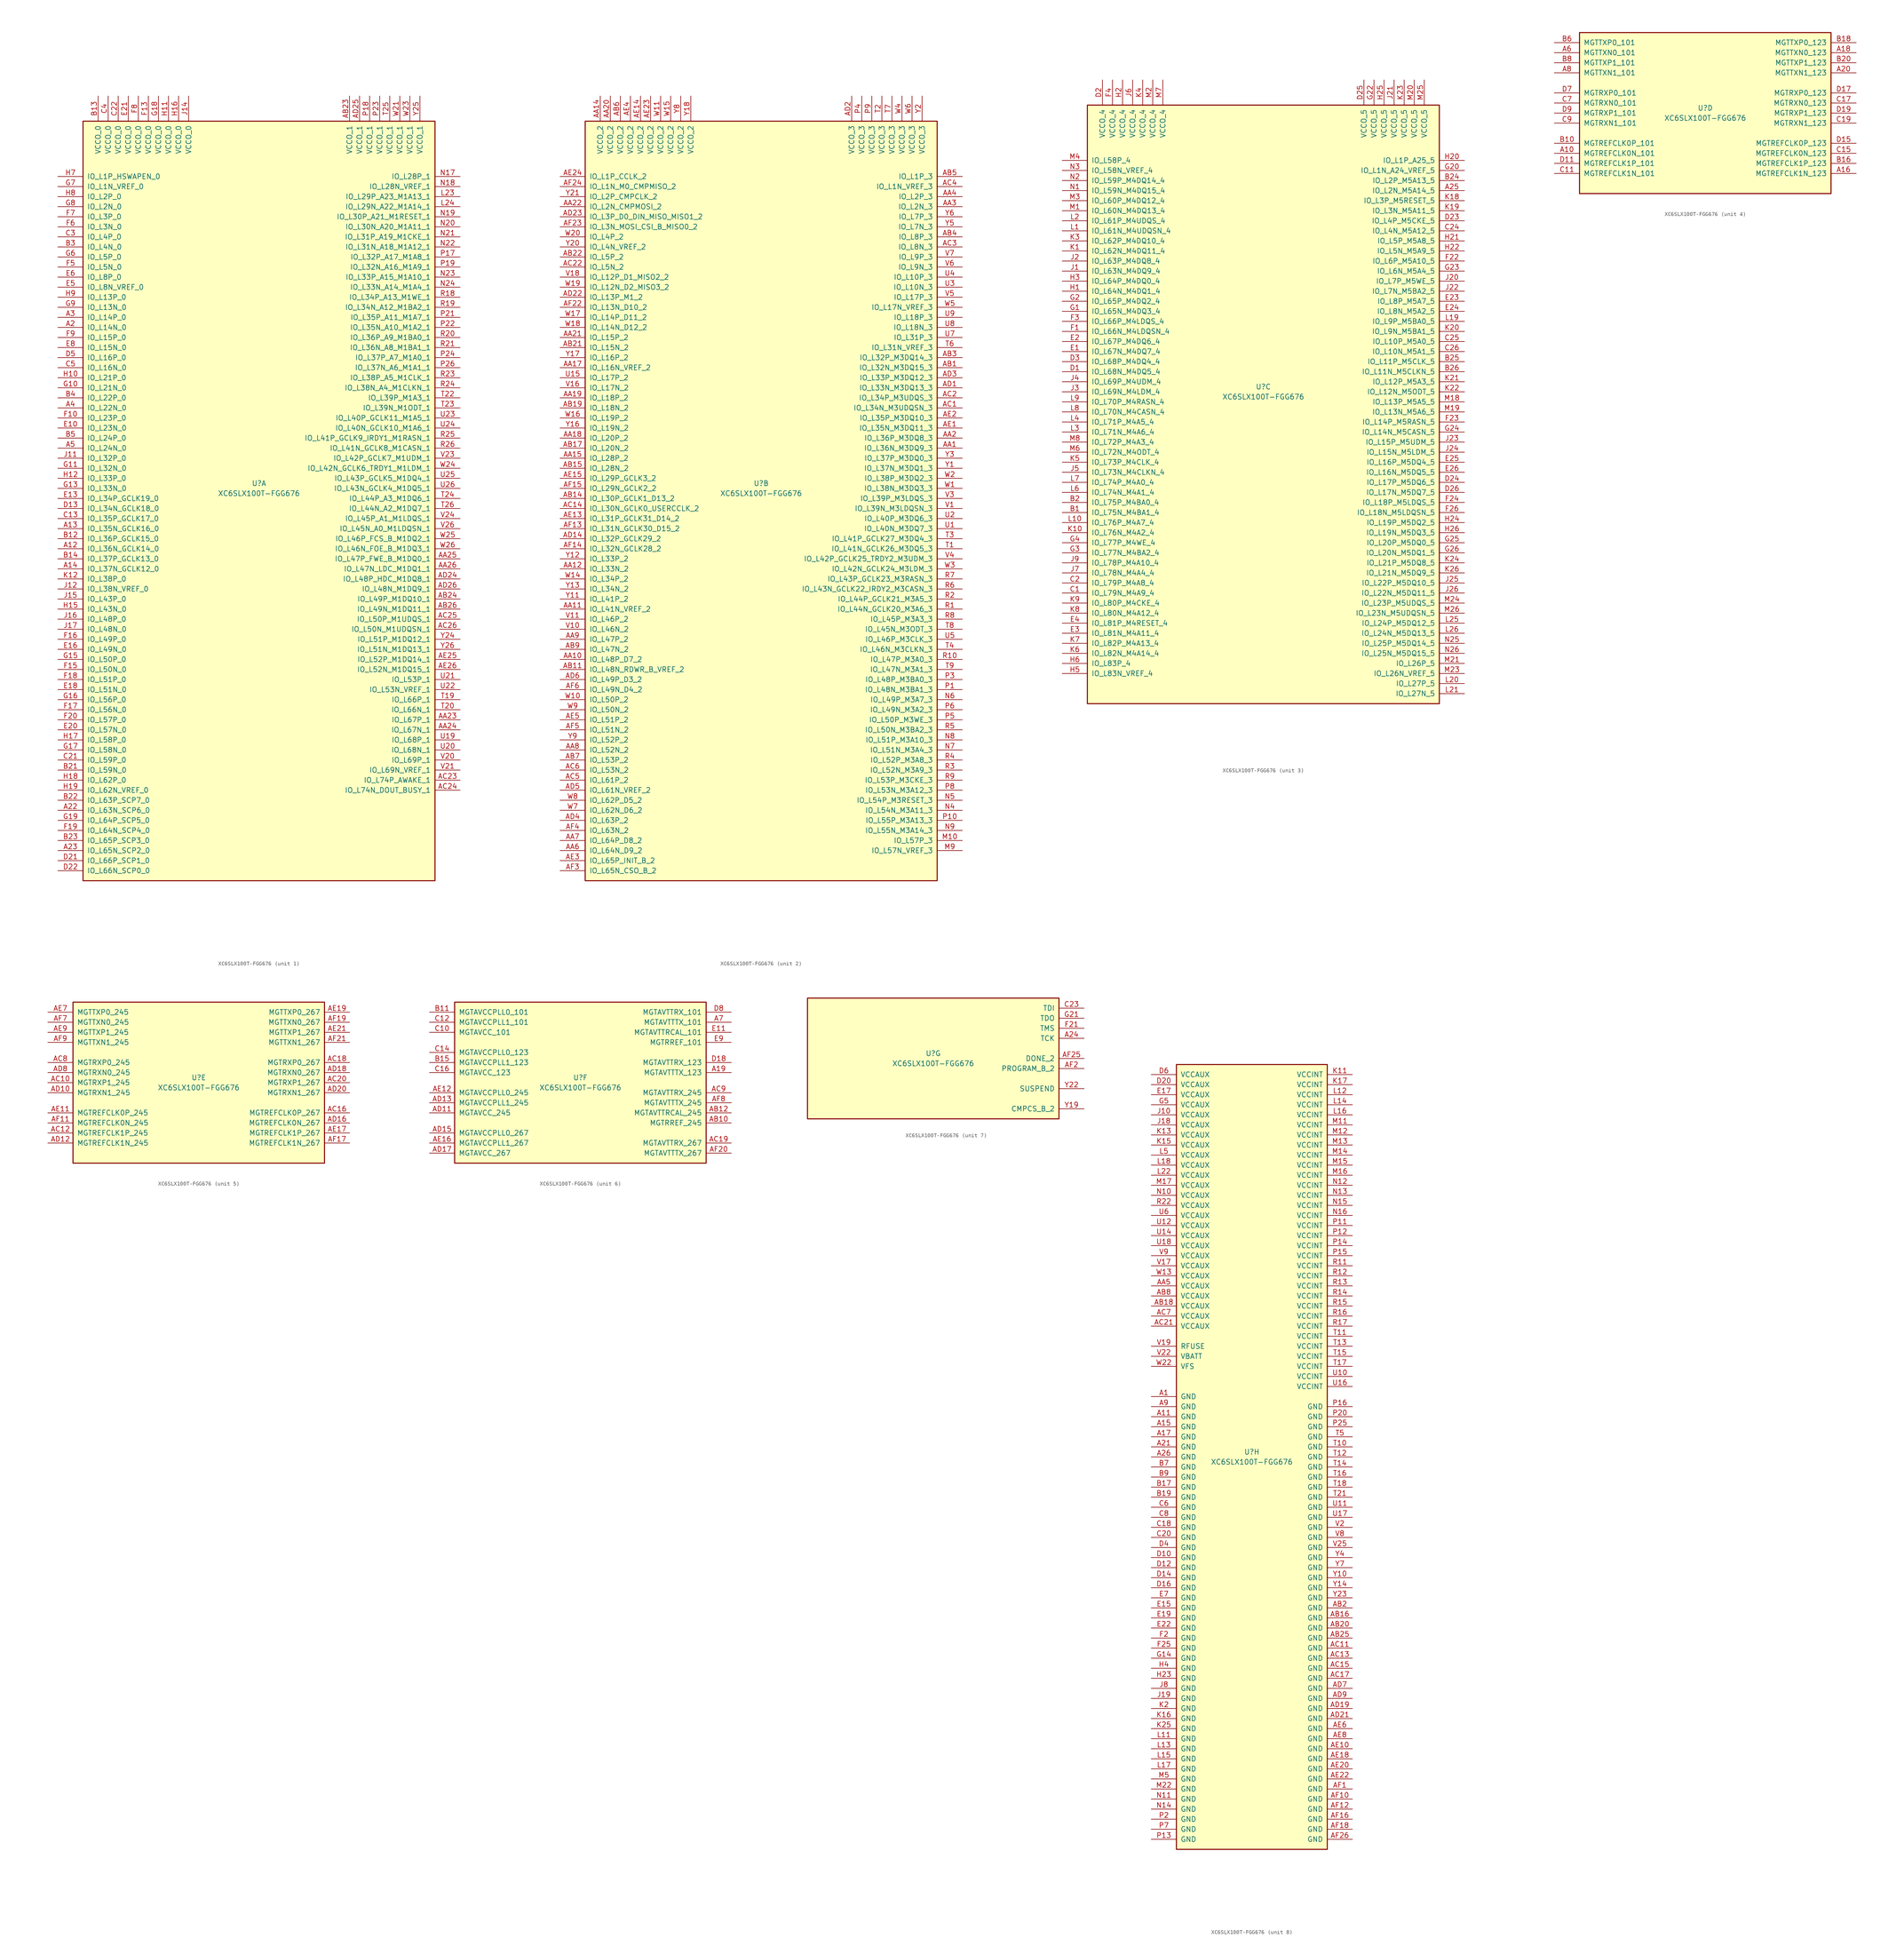
<source format=kicad_sym>
(kicad_symbol_lib
  (version 20220914)
  (generator kicad_symbol_editor)
  (symbol "XC6SLX100T-FGG676"
    (pin_names
      (offset 1.016))
    (property "Reference" "U"
      (at 0 1.27 0)
      (effects (font (size 1.27 1.27))))
    (property "Value" "XC6SLX100T-FGG676"
      (at 0 -1.27 0)
      (effects (font (size 1.27 1.27))))
    (property "Datasheet" ""
      (at 0 0 0)
      (effects (font (size 1.27 1.27))))
    (property "ki_locked" ""
      (at 0 0 0)
      (effects (font (size 1.27 1.27))))
    (symbol "XC6SLX100T-FGG676_1_1"
      (rectangle (start -44.45 92.71) (end 44.45 -99.06) (stroke (width 0.254) (type default)) (fill (type background)))
      (pin bidirectional line (at -50.8 -15.24 0) (length 6.35) (name "IO_L36N_GCLK14_0" (effects (font (size 1.27 1.27)))) (number "A12" (effects (font (size 1.27 1.27)))))
      (pin bidirectional line (at -50.8 -10.16 0) (length 6.35) (name "IO_L35N_GCLK16_0" (effects (font (size 1.27 1.27)))) (number "A13" (effects (font (size 1.27 1.27)))))
      (pin bidirectional line (at -50.8 -20.32 0) (length 6.35) (name "IO_L37N_GCLK12_0" (effects (font (size 1.27 1.27)))) (number "A14" (effects (font (size 1.27 1.27)))))
      (pin bidirectional line (at -50.8 40.64 0) (length 6.35) (name "IO_L14N_0" (effects (font (size 1.27 1.27)))) (number "A2" (effects (font (size 1.27 1.27)))))
      (pin bidirectional line (at -50.8 -81.28 0) (length 6.35) (name "IO_L63N_SCP6_0" (effects (font (size 1.27 1.27)))) (number "A22" (effects (font (size 1.27 1.27)))))
      (pin bidirectional line (at -50.8 -91.44 0) (length 6.35) (name "IO_L65N_SCP2_0" (effects (font (size 1.27 1.27)))) (number "A23" (effects (font (size 1.27 1.27)))))
      (pin bidirectional line (at -50.8 43.18 0) (length 6.35) (name "IO_L14P_0" (effects (font (size 1.27 1.27)))) (number "A3" (effects (font (size 1.27 1.27)))))
      (pin bidirectional line (at -50.8 20.32 0) (length 6.35) (name "IO_L22N_0" (effects (font (size 1.27 1.27)))) (number "A4" (effects (font (size 1.27 1.27)))))
      (pin bidirectional line (at -50.8 10.16 0) (length 6.35) (name "IO_L24N_0" (effects (font (size 1.27 1.27)))) (number "A5" (effects (font (size 1.27 1.27)))))
      (pin bidirectional line (at 50.8 -58.42 180) (length 6.35) (name "IO_L67P_1" (effects (font (size 1.27 1.27)))) (number "AA23" (effects (font (size 1.27 1.27)))))
      (pin bidirectional line (at 50.8 -60.96 180) (length 6.35) (name "IO_L67N_1" (effects (font (size 1.27 1.27)))) (number "AA24" (effects (font (size 1.27 1.27)))))
      (pin bidirectional line (at 50.8 -17.78 180) (length 6.35) (name "IO_L47P_FWE_B_M1DQ0_1" (effects (font (size 1.27 1.27)))) (number "AA25" (effects (font (size 1.27 1.27)))))
      (pin bidirectional line (at 50.8 -20.32 180) (length 6.35) (name "IO_L47N_LDC_M1DQ1_1" (effects (font (size 1.27 1.27)))) (number "AA26" (effects (font (size 1.27 1.27)))))
      (pin power_in line (at 22.86 99.06 270) (length 6.35) (name "VCCO_1" (effects (font (size 1.27 1.27)))) (number "AB23" (effects (font (size 1.27 1.27)))))
      (pin bidirectional line (at 50.8 -27.94 180) (length 6.35) (name "IO_L49P_M1DQ10_1" (effects (font (size 1.27 1.27)))) (number "AB24" (effects (font (size 1.27 1.27)))))
      (pin bidirectional line (at 50.8 -30.48 180) (length 6.35) (name "IO_L49N_M1DQ11_1" (effects (font (size 1.27 1.27)))) (number "AB26" (effects (font (size 1.27 1.27)))))
      (pin bidirectional line (at 50.8 -73.66 180) (length 6.35) (name "IO_L74P_AWAKE_1" (effects (font (size 1.27 1.27)))) (number "AC23" (effects (font (size 1.27 1.27)))))
      (pin bidirectional line (at 50.8 -76.2 180) (length 6.35) (name "IO_L74N_DOUT_BUSY_1" (effects (font (size 1.27 1.27)))) (number "AC24" (effects (font (size 1.27 1.27)))))
      (pin bidirectional line (at 50.8 -33.02 180) (length 6.35) (name "IO_L50P_M1UDQS_1" (effects (font (size 1.27 1.27)))) (number "AC25" (effects (font (size 1.27 1.27)))))
      (pin bidirectional line (at 50.8 -35.56 180) (length 6.35) (name "IO_L50N_M1UDQSN_1" (effects (font (size 1.27 1.27)))) (number "AC26" (effects (font (size 1.27 1.27)))))
      (pin bidirectional line (at 50.8 -22.86 180) (length 6.35) (name "IO_L48P_HDC_M1DQ8_1" (effects (font (size 1.27 1.27)))) (number "AD24" (effects (font (size 1.27 1.27)))))
      (pin power_in line (at 25.4 99.06 270) (length 6.35) (name "VCCO_1" (effects (font (size 1.27 1.27)))) (number "AD25" (effects (font (size 1.27 1.27)))))
      (pin bidirectional line (at 50.8 -25.4 180) (length 6.35) (name "IO_L48N_M1DQ9_1" (effects (font (size 1.27 1.27)))) (number "AD26" (effects (font (size 1.27 1.27)))))
      (pin bidirectional line (at 50.8 -43.18 180) (length 6.35) (name "IO_L52P_M1DQ14_1" (effects (font (size 1.27 1.27)))) (number "AE25" (effects (font (size 1.27 1.27)))))
      (pin bidirectional line (at 50.8 -45.72 180) (length 6.35) (name "IO_L52N_M1DQ15_1" (effects (font (size 1.27 1.27)))) (number "AE26" (effects (font (size 1.27 1.27)))))
      (pin bidirectional line (at -50.8 -12.7 0) (length 6.35) (name "IO_L36P_GCLK15_0" (effects (font (size 1.27 1.27)))) (number "B12" (effects (font (size 1.27 1.27)))))
      (pin power_in line (at -40.64 99.06 270) (length 6.35) (name "VCCO_0" (effects (font (size 1.27 1.27)))) (number "B13" (effects (font (size 1.27 1.27)))))
      (pin bidirectional line (at -50.8 -17.78 0) (length 6.35) (name "IO_L37P_GCLK13_0" (effects (font (size 1.27 1.27)))) (number "B14" (effects (font (size 1.27 1.27)))))
      (pin bidirectional line (at -50.8 -71.12 0) (length 6.35) (name "IO_L59N_0" (effects (font (size 1.27 1.27)))) (number "B21" (effects (font (size 1.27 1.27)))))
      (pin bidirectional line (at -50.8 -78.74 0) (length 6.35) (name "IO_L63P_SCP7_0" (effects (font (size 1.27 1.27)))) (number "B22" (effects (font (size 1.27 1.27)))))
      (pin bidirectional line (at -50.8 -88.9 0) (length 6.35) (name "IO_L65P_SCP3_0" (effects (font (size 1.27 1.27)))) (number "B23" (effects (font (size 1.27 1.27)))))
      (pin bidirectional line (at -50.8 60.96 0) (length 6.35) (name "IO_L4N_0" (effects (font (size 1.27 1.27)))) (number "B3" (effects (font (size 1.27 1.27)))))
      (pin bidirectional line (at -50.8 22.86 0) (length 6.35) (name "IO_L22P_0" (effects (font (size 1.27 1.27)))) (number "B4" (effects (font (size 1.27 1.27)))))
      (pin bidirectional line (at -50.8 12.7 0) (length 6.35) (name "IO_L24P_0" (effects (font (size 1.27 1.27)))) (number "B5" (effects (font (size 1.27 1.27)))))
      (pin bidirectional line (at -50.8 -7.62 0) (length 6.35) (name "IO_L35P_GCLK17_0" (effects (font (size 1.27 1.27)))) (number "C13" (effects (font (size 1.27 1.27)))))
      (pin bidirectional line (at -50.8 -68.58 0) (length 6.35) (name "IO_L59P_0" (effects (font (size 1.27 1.27)))) (number "C21" (effects (font (size 1.27 1.27)))))
      (pin power_in line (at -35.56 99.06 270) (length 6.35) (name "VCCO_0" (effects (font (size 1.27 1.27)))) (number "C22" (effects (font (size 1.27 1.27)))))
      (pin bidirectional line (at -50.8 63.5 0) (length 6.35) (name "IO_L4P_0" (effects (font (size 1.27 1.27)))) (number "C3" (effects (font (size 1.27 1.27)))))
      (pin power_in line (at -38.1 99.06 270) (length 6.35) (name "VCCO_0" (effects (font (size 1.27 1.27)))) (number "C4" (effects (font (size 1.27 1.27)))))
      (pin bidirectional line (at -50.8 30.48 0) (length 6.35) (name "IO_L16N_0" (effects (font (size 1.27 1.27)))) (number "C5" (effects (font (size 1.27 1.27)))))
      (pin bidirectional line (at -50.8 -5.08 0) (length 6.35) (name "IO_L34N_GCLK18_0" (effects (font (size 1.27 1.27)))) (number "D13" (effects (font (size 1.27 1.27)))))
      (pin bidirectional line (at -50.8 -93.98 0) (length 6.35) (name "IO_L66P_SCP1_0" (effects (font (size 1.27 1.27)))) (number "D21" (effects (font (size 1.27 1.27)))))
      (pin bidirectional line (at -50.8 -96.52 0) (length 6.35) (name "IO_L66N_SCP0_0" (effects (font (size 1.27 1.27)))) (number "D22" (effects (font (size 1.27 1.27)))))
      (pin bidirectional line (at -50.8 33.02 0) (length 6.35) (name "IO_L16P_0" (effects (font (size 1.27 1.27)))) (number "D5" (effects (font (size 1.27 1.27)))))
      (pin bidirectional line (at -50.8 15.24 0) (length 6.35) (name "IO_L23N_0" (effects (font (size 1.27 1.27)))) (number "E10" (effects (font (size 1.27 1.27)))))
      (pin bidirectional line (at -50.8 -2.54 0) (length 6.35) (name "IO_L34P_GCLK19_0" (effects (font (size 1.27 1.27)))) (number "E13" (effects (font (size 1.27 1.27)))))
      (pin bidirectional line (at -50.8 -40.64 0) (length 6.35) (name "IO_L49N_0" (effects (font (size 1.27 1.27)))) (number "E16" (effects (font (size 1.27 1.27)))))
      (pin bidirectional line (at -50.8 -50.8 0) (length 6.35) (name "IO_L51N_0" (effects (font (size 1.27 1.27)))) (number "E18" (effects (font (size 1.27 1.27)))))
      (pin bidirectional line (at -50.8 -60.96 0) (length 6.35) (name "IO_L57N_0" (effects (font (size 1.27 1.27)))) (number "E20" (effects (font (size 1.27 1.27)))))
      (pin power_in line (at -33.02 99.06 270) (length 6.35) (name "VCCO_0" (effects (font (size 1.27 1.27)))) (number "E21" (effects (font (size 1.27 1.27)))))
      (pin bidirectional line (at -50.8 50.8 0) (length 6.35) (name "IO_L8N_VREF_0" (effects (font (size 1.27 1.27)))) (number "E5" (effects (font (size 1.27 1.27)))))
      (pin bidirectional line (at -50.8 53.34 0) (length 6.35) (name "IO_L8P_0" (effects (font (size 1.27 1.27)))) (number "E6" (effects (font (size 1.27 1.27)))))
      (pin bidirectional line (at -50.8 35.56 0) (length 6.35) (name "IO_L15N_0" (effects (font (size 1.27 1.27)))) (number "E8" (effects (font (size 1.27 1.27)))))
      (pin bidirectional line (at -50.8 17.78 0) (length 6.35) (name "IO_L23P_0" (effects (font (size 1.27 1.27)))) (number "F10" (effects (font (size 1.27 1.27)))))
      (pin power_in line (at -27.94 99.06 270) (length 6.35) (name "VCCO_0" (effects (font (size 1.27 1.27)))) (number "F13" (effects (font (size 1.27 1.27)))))
      (pin bidirectional line (at -50.8 -45.72 0) (length 6.35) (name "IO_L50N_0" (effects (font (size 1.27 1.27)))) (number "F15" (effects (font (size 1.27 1.27)))))
      (pin bidirectional line (at -50.8 -38.1 0) (length 6.35) (name "IO_L49P_0" (effects (font (size 1.27 1.27)))) (number "F16" (effects (font (size 1.27 1.27)))))
      (pin bidirectional line (at -50.8 -55.88 0) (length 6.35) (name "IO_L56N_0" (effects (font (size 1.27 1.27)))) (number "F17" (effects (font (size 1.27 1.27)))))
      (pin bidirectional line (at -50.8 -48.26 0) (length 6.35) (name "IO_L51P_0" (effects (font (size 1.27 1.27)))) (number "F18" (effects (font (size 1.27 1.27)))))
      (pin bidirectional line (at -50.8 -86.36 0) (length 6.35) (name "IO_L64N_SCP4_0" (effects (font (size 1.27 1.27)))) (number "F19" (effects (font (size 1.27 1.27)))))
      (pin bidirectional line (at -50.8 -58.42 0) (length 6.35) (name "IO_L57P_0" (effects (font (size 1.27 1.27)))) (number "F20" (effects (font (size 1.27 1.27)))))
      (pin bidirectional line (at -50.8 55.88 0) (length 6.35) (name "IO_L5N_0" (effects (font (size 1.27 1.27)))) (number "F5" (effects (font (size 1.27 1.27)))))
      (pin bidirectional line (at -50.8 66.04 0) (length 6.35) (name "IO_L3N_0" (effects (font (size 1.27 1.27)))) (number "F6" (effects (font (size 1.27 1.27)))))
      (pin bidirectional line (at -50.8 68.58 0) (length 6.35) (name "IO_L3P_0" (effects (font (size 1.27 1.27)))) (number "F7" (effects (font (size 1.27 1.27)))))
      (pin power_in line (at -30.48 99.06 270) (length 6.35) (name "VCCO_0" (effects (font (size 1.27 1.27)))) (number "F8" (effects (font (size 1.27 1.27)))))
      (pin bidirectional line (at -50.8 38.1 0) (length 6.35) (name "IO_L15P_0" (effects (font (size 1.27 1.27)))) (number "F9" (effects (font (size 1.27 1.27)))))
      (pin bidirectional line (at -50.8 25.4 0) (length 6.35) (name "IO_L21N_0" (effects (font (size 1.27 1.27)))) (number "G10" (effects (font (size 1.27 1.27)))))
      (pin bidirectional line (at -50.8 5.08 0) (length 6.35) (name "IO_L32N_0" (effects (font (size 1.27 1.27)))) (number "G11" (effects (font (size 1.27 1.27)))))
      (pin bidirectional line (at -50.8 0 0) (length 6.35) (name "IO_L33N_0" (effects (font (size 1.27 1.27)))) (number "G13" (effects (font (size 1.27 1.27)))))
      (pin bidirectional line (at -50.8 -43.18 0) (length 6.35) (name "IO_L50P_0" (effects (font (size 1.27 1.27)))) (number "G15" (effects (font (size 1.27 1.27)))))
      (pin bidirectional line (at -50.8 -53.34 0) (length 6.35) (name "IO_L56P_0" (effects (font (size 1.27 1.27)))) (number "G16" (effects (font (size 1.27 1.27)))))
      (pin bidirectional line (at -50.8 -66.04 0) (length 6.35) (name "IO_L58N_0" (effects (font (size 1.27 1.27)))) (number "G17" (effects (font (size 1.27 1.27)))))
      (pin power_in line (at -25.4 99.06 270) (length 6.35) (name "VCCO_0" (effects (font (size 1.27 1.27)))) (number "G18" (effects (font (size 1.27 1.27)))))
      (pin bidirectional line (at -50.8 -83.82 0) (length 6.35) (name "IO_L64P_SCP5_0" (effects (font (size 1.27 1.27)))) (number "G19" (effects (font (size 1.27 1.27)))))
      (pin bidirectional line (at -50.8 58.42 0) (length 6.35) (name "IO_L5P_0" (effects (font (size 1.27 1.27)))) (number "G6" (effects (font (size 1.27 1.27)))))
      (pin bidirectional line (at -50.8 76.2 0) (length 6.35) (name "IO_L1N_VREF_0" (effects (font (size 1.27 1.27)))) (number "G7" (effects (font (size 1.27 1.27)))))
      (pin bidirectional line (at -50.8 71.12 0) (length 6.35) (name "IO_L2N_0" (effects (font (size 1.27 1.27)))) (number "G8" (effects (font (size 1.27 1.27)))))
      (pin bidirectional line (at -50.8 45.72 0) (length 6.35) (name "IO_L13N_0" (effects (font (size 1.27 1.27)))) (number "G9" (effects (font (size 1.27 1.27)))))
      (pin bidirectional line (at -50.8 27.94 0) (length 6.35) (name "IO_L21P_0" (effects (font (size 1.27 1.27)))) (number "H10" (effects (font (size 1.27 1.27)))))
      (pin power_in line (at -22.86 99.06 270) (length 6.35) (name "VCCO_0" (effects (font (size 1.27 1.27)))) (number "H11" (effects (font (size 1.27 1.27)))))
      (pin bidirectional line (at -50.8 2.54 0) (length 6.35) (name "IO_L33P_0" (effects (font (size 1.27 1.27)))) (number "H12" (effects (font (size 1.27 1.27)))))
      (pin bidirectional line (at -50.8 -30.48 0) (length 6.35) (name "IO_L43N_0" (effects (font (size 1.27 1.27)))) (number "H15" (effects (font (size 1.27 1.27)))))
      (pin power_in line (at -20.32 99.06 270) (length 6.35) (name "VCCO_0" (effects (font (size 1.27 1.27)))) (number "H16" (effects (font (size 1.27 1.27)))))
      (pin bidirectional line (at -50.8 -63.5 0) (length 6.35) (name "IO_L58P_0" (effects (font (size 1.27 1.27)))) (number "H17" (effects (font (size 1.27 1.27)))))
      (pin bidirectional line (at -50.8 -73.66 0) (length 6.35) (name "IO_L62P_0" (effects (font (size 1.27 1.27)))) (number "H18" (effects (font (size 1.27 1.27)))))
      (pin bidirectional line (at -50.8 -76.2 0) (length 6.35) (name "IO_L62N_VREF_0" (effects (font (size 1.27 1.27)))) (number "H19" (effects (font (size 1.27 1.27)))))
      (pin bidirectional line (at -50.8 78.74 0) (length 6.35) (name "IO_L1P_HSWAPEN_0" (effects (font (size 1.27 1.27)))) (number "H7" (effects (font (size 1.27 1.27)))))
      (pin bidirectional line (at -50.8 73.66 0) (length 6.35) (name "IO_L2P_0" (effects (font (size 1.27 1.27)))) (number "H8" (effects (font (size 1.27 1.27)))))
      (pin bidirectional line (at -50.8 48.26 0) (length 6.35) (name "IO_L13P_0" (effects (font (size 1.27 1.27)))) (number "H9" (effects (font (size 1.27 1.27)))))
      (pin bidirectional line (at -50.8 7.62 0) (length 6.35) (name "IO_L32P_0" (effects (font (size 1.27 1.27)))) (number "J11" (effects (font (size 1.27 1.27)))))
      (pin bidirectional line (at -50.8 -25.4 0) (length 6.35) (name "IO_L38N_VREF_0" (effects (font (size 1.27 1.27)))) (number "J12" (effects (font (size 1.27 1.27)))))
      (pin power_in line (at -17.78 99.06 270) (length 6.35) (name "VCCO_0" (effects (font (size 1.27 1.27)))) (number "J14" (effects (font (size 1.27 1.27)))))
      (pin bidirectional line (at -50.8 -27.94 0) (length 6.35) (name "IO_L43P_0" (effects (font (size 1.27 1.27)))) (number "J15" (effects (font (size 1.27 1.27)))))
      (pin bidirectional line (at -50.8 -33.02 0) (length 6.35) (name "IO_L48P_0" (effects (font (size 1.27 1.27)))) (number "J16" (effects (font (size 1.27 1.27)))))
      (pin bidirectional line (at -50.8 -35.56 0) (length 6.35) (name "IO_L48N_0" (effects (font (size 1.27 1.27)))) (number "J17" (effects (font (size 1.27 1.27)))))
      (pin bidirectional line (at -50.8 -22.86 0) (length 6.35) (name "IO_L38P_0" (effects (font (size 1.27 1.27)))) (number "K12" (effects (font (size 1.27 1.27)))))
      (pin bidirectional line (at 50.8 73.66 180) (length 6.35) (name "IO_L29P_A23_M1A13_1" (effects (font (size 1.27 1.27)))) (number "L23" (effects (font (size 1.27 1.27)))))
      (pin bidirectional line (at 50.8 71.12 180) (length 6.35) (name "IO_L29N_A22_M1A14_1" (effects (font (size 1.27 1.27)))) (number "L24" (effects (font (size 1.27 1.27)))))
      (pin bidirectional line (at 50.8 78.74 180) (length 6.35) (name "IO_L28P_1" (effects (font (size 1.27 1.27)))) (number "N17" (effects (font (size 1.27 1.27)))))
      (pin bidirectional line (at 50.8 76.2 180) (length 6.35) (name "IO_L28N_VREF_1" (effects (font (size 1.27 1.27)))) (number "N18" (effects (font (size 1.27 1.27)))))
      (pin bidirectional line (at 50.8 68.58 180) (length 6.35) (name "IO_L30P_A21_M1RESET_1" (effects (font (size 1.27 1.27)))) (number "N19" (effects (font (size 1.27 1.27)))))
      (pin bidirectional line (at 50.8 66.04 180) (length 6.35) (name "IO_L30N_A20_M1A11_1" (effects (font (size 1.27 1.27)))) (number "N20" (effects (font (size 1.27 1.27)))))
      (pin bidirectional line (at 50.8 63.5 180) (length 6.35) (name "IO_L31P_A19_M1CKE_1" (effects (font (size 1.27 1.27)))) (number "N21" (effects (font (size 1.27 1.27)))))
      (pin bidirectional line (at 50.8 60.96 180) (length 6.35) (name "IO_L31N_A18_M1A12_1" (effects (font (size 1.27 1.27)))) (number "N22" (effects (font (size 1.27 1.27)))))
      (pin bidirectional line (at 50.8 53.34 180) (length 6.35) (name "IO_L33P_A15_M1A10_1" (effects (font (size 1.27 1.27)))) (number "N23" (effects (font (size 1.27 1.27)))))
      (pin bidirectional line (at 50.8 50.8 180) (length 6.35) (name "IO_L33N_A14_M1A4_1" (effects (font (size 1.27 1.27)))) (number "N24" (effects (font (size 1.27 1.27)))))
      (pin bidirectional line (at 50.8 58.42 180) (length 6.35) (name "IO_L32P_A17_M1A8_1" (effects (font (size 1.27 1.27)))) (number "P17" (effects (font (size 1.27 1.27)))))
      (pin power_in line (at 27.94 99.06 270) (length 6.35) (name "VCCO_1" (effects (font (size 1.27 1.27)))) (number "P18" (effects (font (size 1.27 1.27)))))
      (pin bidirectional line (at 50.8 55.88 180) (length 6.35) (name "IO_L32N_A16_M1A9_1" (effects (font (size 1.27 1.27)))) (number "P19" (effects (font (size 1.27 1.27)))))
      (pin bidirectional line (at 50.8 43.18 180) (length 6.35) (name "IO_L35P_A11_M1A7_1" (effects (font (size 1.27 1.27)))) (number "P21" (effects (font (size 1.27 1.27)))))
      (pin bidirectional line (at 50.8 40.64 180) (length 6.35) (name "IO_L35N_A10_M1A2_1" (effects (font (size 1.27 1.27)))) (number "P22" (effects (font (size 1.27 1.27)))))
      (pin power_in line (at 30.48 99.06 270) (length 6.35) (name "VCCO_1" (effects (font (size 1.27 1.27)))) (number "P23" (effects (font (size 1.27 1.27)))))
      (pin bidirectional line (at 50.8 33.02 180) (length 6.35) (name "IO_L37P_A7_M1A0_1" (effects (font (size 1.27 1.27)))) (number "P24" (effects (font (size 1.27 1.27)))))
      (pin bidirectional line (at 50.8 30.48 180) (length 6.35) (name "IO_L37N_A6_M1A1_1" (effects (font (size 1.27 1.27)))) (number "P26" (effects (font (size 1.27 1.27)))))
      (pin bidirectional line (at 50.8 48.26 180) (length 6.35) (name "IO_L34P_A13_M1WE_1" (effects (font (size 1.27 1.27)))) (number "R18" (effects (font (size 1.27 1.27)))))
      (pin bidirectional line (at 50.8 45.72 180) (length 6.35) (name "IO_L34N_A12_M1BA2_1" (effects (font (size 1.27 1.27)))) (number "R19" (effects (font (size 1.27 1.27)))))
      (pin bidirectional line (at 50.8 38.1 180) (length 6.35) (name "IO_L36P_A9_M1BA0_1" (effects (font (size 1.27 1.27)))) (number "R20" (effects (font (size 1.27 1.27)))))
      (pin bidirectional line (at 50.8 35.56 180) (length 6.35) (name "IO_L36N_A8_M1BA1_1" (effects (font (size 1.27 1.27)))) (number "R21" (effects (font (size 1.27 1.27)))))
      (pin bidirectional line (at 50.8 27.94 180) (length 6.35) (name "IO_L38P_A5_M1CLK_1" (effects (font (size 1.27 1.27)))) (number "R23" (effects (font (size 1.27 1.27)))))
      (pin bidirectional line (at 50.8 25.4 180) (length 6.35) (name "IO_L38N_A4_M1CLKN_1" (effects (font (size 1.27 1.27)))) (number "R24" (effects (font (size 1.27 1.27)))))
      (pin bidirectional line (at 50.8 12.7 180) (length 6.35) (name "IO_L41P_GCLK9_IRDY1_M1RASN_1" (effects (font (size 1.27 1.27)))) (number "R25" (effects (font (size 1.27 1.27)))))
      (pin bidirectional line (at 50.8 10.16 180) (length 6.35) (name "IO_L41N_GCLK8_M1CASN_1" (effects (font (size 1.27 1.27)))) (number "R26" (effects (font (size 1.27 1.27)))))
      (pin bidirectional line (at 50.8 -53.34 180) (length 6.35) (name "IO_L66P_1" (effects (font (size 1.27 1.27)))) (number "T19" (effects (font (size 1.27 1.27)))))
      (pin bidirectional line (at 50.8 -55.88 180) (length 6.35) (name "IO_L66N_1" (effects (font (size 1.27 1.27)))) (number "T20" (effects (font (size 1.27 1.27)))))
      (pin bidirectional line (at 50.8 22.86 180) (length 6.35) (name "IO_L39P_M1A3_1" (effects (font (size 1.27 1.27)))) (number "T22" (effects (font (size 1.27 1.27)))))
      (pin bidirectional line (at 50.8 20.32 180) (length 6.35) (name "IO_L39N_M1ODT_1" (effects (font (size 1.27 1.27)))) (number "T23" (effects (font (size 1.27 1.27)))))
      (pin bidirectional line (at 50.8 -2.54 180) (length 6.35) (name "IO_L44P_A3_M1DQ6_1" (effects (font (size 1.27 1.27)))) (number "T24" (effects (font (size 1.27 1.27)))))
      (pin power_in line (at 33.02 99.06 270) (length 6.35) (name "VCCO_1" (effects (font (size 1.27 1.27)))) (number "T25" (effects (font (size 1.27 1.27)))))
      (pin bidirectional line (at 50.8 -5.08 180) (length 6.35) (name "IO_L44N_A2_M1DQ7_1" (effects (font (size 1.27 1.27)))) (number "T26" (effects (font (size 1.27 1.27)))))
      (pin bidirectional line (at 50.8 -63.5 180) (length 6.35) (name "IO_L68P_1" (effects (font (size 1.27 1.27)))) (number "U19" (effects (font (size 1.27 1.27)))))
      (pin bidirectional line (at 50.8 -66.04 180) (length 6.35) (name "IO_L68N_1" (effects (font (size 1.27 1.27)))) (number "U20" (effects (font (size 1.27 1.27)))))
      (pin bidirectional line (at 50.8 -48.26 180) (length 6.35) (name "IO_L53P_1" (effects (font (size 1.27 1.27)))) (number "U21" (effects (font (size 1.27 1.27)))))
      (pin bidirectional line (at 50.8 -50.8 180) (length 6.35) (name "IO_L53N_VREF_1" (effects (font (size 1.27 1.27)))) (number "U22" (effects (font (size 1.27 1.27)))))
      (pin bidirectional line (at 50.8 17.78 180) (length 6.35) (name "IO_L40P_GCLK11_M1A5_1" (effects (font (size 1.27 1.27)))) (number "U23" (effects (font (size 1.27 1.27)))))
      (pin bidirectional line (at 50.8 15.24 180) (length 6.35) (name "IO_L40N_GCLK10_M1A6_1" (effects (font (size 1.27 1.27)))) (number "U24" (effects (font (size 1.27 1.27)))))
      (pin bidirectional line (at 50.8 2.54 180) (length 6.35) (name "IO_L43P_GCLK5_M1DQ4_1" (effects (font (size 1.27 1.27)))) (number "U25" (effects (font (size 1.27 1.27)))))
      (pin bidirectional line (at 50.8 0 180) (length 6.35) (name "IO_L43N_GCLK4_M1DQ5_1" (effects (font (size 1.27 1.27)))) (number "U26" (effects (font (size 1.27 1.27)))))
      (pin bidirectional line (at 50.8 -68.58 180) (length 6.35) (name "IO_L69P_1" (effects (font (size 1.27 1.27)))) (number "V20" (effects (font (size 1.27 1.27)))))
      (pin bidirectional line (at 50.8 -71.12 180) (length 6.35) (name "IO_L69N_VREF_1" (effects (font (size 1.27 1.27)))) (number "V21" (effects (font (size 1.27 1.27)))))
      (pin bidirectional line (at 50.8 7.62 180) (length 6.35) (name "IO_L42P_GCLK7_M1UDM_1" (effects (font (size 1.27 1.27)))) (number "V23" (effects (font (size 1.27 1.27)))))
      (pin bidirectional line (at 50.8 -7.62 180) (length 6.35) (name "IO_L45P_A1_M1LDQS_1" (effects (font (size 1.27 1.27)))) (number "V24" (effects (font (size 1.27 1.27)))))
      (pin bidirectional line (at 50.8 -10.16 180) (length 6.35) (name "IO_L45N_A0_M1LDQSN_1" (effects (font (size 1.27 1.27)))) (number "V26" (effects (font (size 1.27 1.27)))))
      (pin power_in line (at 35.56 99.06 270) (length 6.35) (name "VCCO_1" (effects (font (size 1.27 1.27)))) (number "W21" (effects (font (size 1.27 1.27)))))
      (pin power_in line (at 38.1 99.06 270) (length 6.35) (name "VCCO_1" (effects (font (size 1.27 1.27)))) (number "W23" (effects (font (size 1.27 1.27)))))
      (pin bidirectional line (at 50.8 5.08 180) (length 6.35) (name "IO_L42N_GCLK6_TRDY1_M1LDM_1" (effects (font (size 1.27 1.27)))) (number "W24" (effects (font (size 1.27 1.27)))))
      (pin bidirectional line (at 50.8 -12.7 180) (length 6.35) (name "IO_L46P_FCS_B_M1DQ2_1" (effects (font (size 1.27 1.27)))) (number "W25" (effects (font (size 1.27 1.27)))))
      (pin bidirectional line (at 50.8 -15.24 180) (length 6.35) (name "IO_L46N_FOE_B_M1DQ3_1" (effects (font (size 1.27 1.27)))) (number "W26" (effects (font (size 1.27 1.27)))))
      (pin bidirectional line (at 50.8 -38.1 180) (length 6.35) (name "IO_L51P_M1DQ12_1" (effects (font (size 1.27 1.27)))) (number "Y24" (effects (font (size 1.27 1.27)))))
      (pin power_in line (at 40.64 99.06 270) (length 6.35) (name "VCCO_1" (effects (font (size 1.27 1.27)))) (number "Y25" (effects (font (size 1.27 1.27)))))
      (pin bidirectional line (at 50.8 -40.64 180) (length 6.35) (name "IO_L51N_M1DQ13_1" (effects (font (size 1.27 1.27)))) (number "Y26" (effects (font (size 1.27 1.27))))))
    (symbol "XC6SLX100T-FGG676_2_1"
      (rectangle (start -44.45 92.71) (end 44.45 -99.06) (stroke (width 0.254) (type default)) (fill (type background)))
      (pin bidirectional line (at 50.8 10.16 180) (length 6.35) (name "IO_L36N_M3DQ9_3" (effects (font (size 1.27 1.27)))) (number "AA1" (effects (font (size 1.27 1.27)))))
      (pin bidirectional line (at -50.8 -43.18 0) (length 6.35) (name "IO_L48P_D7_2" (effects (font (size 1.27 1.27)))) (number "AA10" (effects (font (size 1.27 1.27)))))
      (pin bidirectional line (at -50.8 -30.48 0) (length 6.35) (name "IO_L41N_VREF_2" (effects (font (size 1.27 1.27)))) (number "AA11" (effects (font (size 1.27 1.27)))))
      (pin bidirectional line (at -50.8 -20.32 0) (length 6.35) (name "IO_L33N_2" (effects (font (size 1.27 1.27)))) (number "AA12" (effects (font (size 1.27 1.27)))))
      (pin power_in line (at -40.64 99.06 270) (length 6.35) (name "VCCO_2" (effects (font (size 1.27 1.27)))) (number "AA14" (effects (font (size 1.27 1.27)))))
      (pin bidirectional line (at -50.8 7.62 0) (length 6.35) (name "IO_L28P_2" (effects (font (size 1.27 1.27)))) (number "AA15" (effects (font (size 1.27 1.27)))))
      (pin bidirectional line (at -50.8 30.48 0) (length 6.35) (name "IO_L16N_VREF_2" (effects (font (size 1.27 1.27)))) (number "AA17" (effects (font (size 1.27 1.27)))))
      (pin bidirectional line (at -50.8 12.7 0) (length 6.35) (name "IO_L20P_2" (effects (font (size 1.27 1.27)))) (number "AA18" (effects (font (size 1.27 1.27)))))
      (pin bidirectional line (at -50.8 22.86 0) (length 6.35) (name "IO_L18P_2" (effects (font (size 1.27 1.27)))) (number "AA19" (effects (font (size 1.27 1.27)))))
      (pin bidirectional line (at 50.8 12.7 180) (length 6.35) (name "IO_L36P_M3DQ8_3" (effects (font (size 1.27 1.27)))) (number "AA2" (effects (font (size 1.27 1.27)))))
      (pin power_in line (at -38.1 99.06 270) (length 6.35) (name "VCCO_2" (effects (font (size 1.27 1.27)))) (number "AA20" (effects (font (size 1.27 1.27)))))
      (pin bidirectional line (at -50.8 38.1 0) (length 6.35) (name "IO_L15P_2" (effects (font (size 1.27 1.27)))) (number "AA21" (effects (font (size 1.27 1.27)))))
      (pin bidirectional line (at -50.8 71.12 0) (length 6.35) (name "IO_L2N_CMPMOSI_2" (effects (font (size 1.27 1.27)))) (number "AA22" (effects (font (size 1.27 1.27)))))
      (pin bidirectional line (at 50.8 71.12 180) (length 6.35) (name "IO_L2N_3" (effects (font (size 1.27 1.27)))) (number "AA3" (effects (font (size 1.27 1.27)))))
      (pin bidirectional line (at 50.8 73.66 180) (length 6.35) (name "IO_L2P_3" (effects (font (size 1.27 1.27)))) (number "AA4" (effects (font (size 1.27 1.27)))))
      (pin bidirectional line (at -50.8 -91.44 0) (length 6.35) (name "IO_L64N_D9_2" (effects (font (size 1.27 1.27)))) (number "AA6" (effects (font (size 1.27 1.27)))))
      (pin bidirectional line (at -50.8 -88.9 0) (length 6.35) (name "IO_L64P_D8_2" (effects (font (size 1.27 1.27)))) (number "AA7" (effects (font (size 1.27 1.27)))))
      (pin bidirectional line (at -50.8 -66.04 0) (length 6.35) (name "IO_L52N_2" (effects (font (size 1.27 1.27)))) (number "AA8" (effects (font (size 1.27 1.27)))))
      (pin bidirectional line (at -50.8 -38.1 0) (length 6.35) (name "IO_L47P_2" (effects (font (size 1.27 1.27)))) (number "AA9" (effects (font (size 1.27 1.27)))))
      (pin bidirectional line (at 50.8 30.48 180) (length 6.35) (name "IO_L32N_M3DQ15_3" (effects (font (size 1.27 1.27)))) (number "AB1" (effects (font (size 1.27 1.27)))))
      (pin bidirectional line (at -50.8 -45.72 0) (length 6.35) (name "IO_L48N_RDWR_B_VREF_2" (effects (font (size 1.27 1.27)))) (number "AB11" (effects (font (size 1.27 1.27)))))
      (pin bidirectional line (at -50.8 -2.54 0) (length 6.35) (name "IO_L30P_GCLK1_D13_2" (effects (font (size 1.27 1.27)))) (number "AB14" (effects (font (size 1.27 1.27)))))
      (pin bidirectional line (at -50.8 5.08 0) (length 6.35) (name "IO_L28N_2" (effects (font (size 1.27 1.27)))) (number "AB15" (effects (font (size 1.27 1.27)))))
      (pin bidirectional line (at -50.8 10.16 0) (length 6.35) (name "IO_L20N_2" (effects (font (size 1.27 1.27)))) (number "AB17" (effects (font (size 1.27 1.27)))))
      (pin bidirectional line (at -50.8 20.32 0) (length 6.35) (name "IO_L18N_2" (effects (font (size 1.27 1.27)))) (number "AB19" (effects (font (size 1.27 1.27)))))
      (pin bidirectional line (at -50.8 35.56 0) (length 6.35) (name "IO_L15N_2" (effects (font (size 1.27 1.27)))) (number "AB21" (effects (font (size 1.27 1.27)))))
      (pin bidirectional line (at -50.8 58.42 0) (length 6.35) (name "IO_L5P_2" (effects (font (size 1.27 1.27)))) (number "AB22" (effects (font (size 1.27 1.27)))))
      (pin bidirectional line (at 50.8 33.02 180) (length 6.35) (name "IO_L32P_M3DQ14_3" (effects (font (size 1.27 1.27)))) (number "AB3" (effects (font (size 1.27 1.27)))))
      (pin bidirectional line (at 50.8 63.5 180) (length 6.35) (name "IO_L8P_3" (effects (font (size 1.27 1.27)))) (number "AB4" (effects (font (size 1.27 1.27)))))
      (pin bidirectional line (at 50.8 78.74 180) (length 6.35) (name "IO_L1P_3" (effects (font (size 1.27 1.27)))) (number "AB5" (effects (font (size 1.27 1.27)))))
      (pin power_in line (at -35.56 99.06 270) (length 6.35) (name "VCCO_2" (effects (font (size 1.27 1.27)))) (number "AB6" (effects (font (size 1.27 1.27)))))
      (pin bidirectional line (at -50.8 -68.58 0) (length 6.35) (name "IO_L53P_2" (effects (font (size 1.27 1.27)))) (number "AB7" (effects (font (size 1.27 1.27)))))
      (pin bidirectional line (at -50.8 -40.64 0) (length 6.35) (name "IO_L47N_2" (effects (font (size 1.27 1.27)))) (number "AB9" (effects (font (size 1.27 1.27)))))
      (pin bidirectional line (at 50.8 20.32 180) (length 6.35) (name "IO_L34N_M3UDQSN_3" (effects (font (size 1.27 1.27)))) (number "AC1" (effects (font (size 1.27 1.27)))))
      (pin bidirectional line (at -50.8 -5.08 0) (length 6.35) (name "IO_L30N_GCLK0_USERCCLK_2" (effects (font (size 1.27 1.27)))) (number "AC14" (effects (font (size 1.27 1.27)))))
      (pin bidirectional line (at 50.8 22.86 180) (length 6.35) (name "IO_L34P_M3UDQS_3" (effects (font (size 1.27 1.27)))) (number "AC2" (effects (font (size 1.27 1.27)))))
      (pin bidirectional line (at -50.8 55.88 0) (length 6.35) (name "IO_L5N_2" (effects (font (size 1.27 1.27)))) (number "AC22" (effects (font (size 1.27 1.27)))))
      (pin bidirectional line (at 50.8 60.96 180) (length 6.35) (name "IO_L8N_3" (effects (font (size 1.27 1.27)))) (number "AC3" (effects (font (size 1.27 1.27)))))
      (pin bidirectional line (at 50.8 76.2 180) (length 6.35) (name "IO_L1N_VREF_3" (effects (font (size 1.27 1.27)))) (number "AC4" (effects (font (size 1.27 1.27)))))
      (pin bidirectional line (at -50.8 -73.66 0) (length 6.35) (name "IO_L61P_2" (effects (font (size 1.27 1.27)))) (number "AC5" (effects (font (size 1.27 1.27)))))
      (pin bidirectional line (at -50.8 -71.12 0) (length 6.35) (name "IO_L53N_2" (effects (font (size 1.27 1.27)))) (number "AC6" (effects (font (size 1.27 1.27)))))
      (pin bidirectional line (at 50.8 25.4 180) (length 6.35) (name "IO_L33N_M3DQ13_3" (effects (font (size 1.27 1.27)))) (number "AD1" (effects (font (size 1.27 1.27)))))
      (pin bidirectional line (at -50.8 -12.7 0) (length 6.35) (name "IO_L32P_GCLK29_2" (effects (font (size 1.27 1.27)))) (number "AD14" (effects (font (size 1.27 1.27)))))
      (pin power_in line (at 22.86 99.06 270) (length 6.35) (name "VCCO_3" (effects (font (size 1.27 1.27)))) (number "AD2" (effects (font (size 1.27 1.27)))))
      (pin bidirectional line (at -50.8 48.26 0) (length 6.35) (name "IO_L13P_M1_2" (effects (font (size 1.27 1.27)))) (number "AD22" (effects (font (size 1.27 1.27)))))
      (pin bidirectional line (at -50.8 68.58 0) (length 6.35) (name "IO_L3P_D0_DIN_MISO_MISO1_2" (effects (font (size 1.27 1.27)))) (number "AD23" (effects (font (size 1.27 1.27)))))
      (pin bidirectional line (at 50.8 27.94 180) (length 6.35) (name "IO_L33P_M3DQ12_3" (effects (font (size 1.27 1.27)))) (number "AD3" (effects (font (size 1.27 1.27)))))
      (pin bidirectional line (at -50.8 -83.82 0) (length 6.35) (name "IO_L63P_2" (effects (font (size 1.27 1.27)))) (number "AD4" (effects (font (size 1.27 1.27)))))
      (pin bidirectional line (at -50.8 -76.2 0) (length 6.35) (name "IO_L61N_VREF_2" (effects (font (size 1.27 1.27)))) (number "AD5" (effects (font (size 1.27 1.27)))))
      (pin bidirectional line (at -50.8 -48.26 0) (length 6.35) (name "IO_L49P_D3_2" (effects (font (size 1.27 1.27)))) (number "AD6" (effects (font (size 1.27 1.27)))))
      (pin bidirectional line (at 50.8 15.24 180) (length 6.35) (name "IO_L35N_M3DQ11_3" (effects (font (size 1.27 1.27)))) (number "AE1" (effects (font (size 1.27 1.27)))))
      (pin bidirectional line (at -50.8 -7.62 0) (length 6.35) (name "IO_L31P_GCLK31_D14_2" (effects (font (size 1.27 1.27)))) (number "AE13" (effects (font (size 1.27 1.27)))))
      (pin power_in line (at -30.48 99.06 270) (length 6.35) (name "VCCO_2" (effects (font (size 1.27 1.27)))) (number "AE14" (effects (font (size 1.27 1.27)))))
      (pin bidirectional line (at -50.8 2.54 0) (length 6.35) (name "IO_L29P_GCLK3_2" (effects (font (size 1.27 1.27)))) (number "AE15" (effects (font (size 1.27 1.27)))))
      (pin bidirectional line (at 50.8 17.78 180) (length 6.35) (name "IO_L35P_M3DQ10_3" (effects (font (size 1.27 1.27)))) (number "AE2" (effects (font (size 1.27 1.27)))))
      (pin power_in line (at -27.94 99.06 270) (length 6.35) (name "VCCO_2" (effects (font (size 1.27 1.27)))) (number "AE23" (effects (font (size 1.27 1.27)))))
      (pin bidirectional line (at -50.8 78.74 0) (length 6.35) (name "IO_L1P_CCLK_2" (effects (font (size 1.27 1.27)))) (number "AE24" (effects (font (size 1.27 1.27)))))
      (pin bidirectional line (at -50.8 -93.98 0) (length 6.35) (name "IO_L65P_INIT_B_2" (effects (font (size 1.27 1.27)))) (number "AE3" (effects (font (size 1.27 1.27)))))
      (pin power_in line (at -33.02 99.06 270) (length 6.35) (name "VCCO_2" (effects (font (size 1.27 1.27)))) (number "AE4" (effects (font (size 1.27 1.27)))))
      (pin bidirectional line (at -50.8 -58.42 0) (length 6.35) (name "IO_L51P_2" (effects (font (size 1.27 1.27)))) (number "AE5" (effects (font (size 1.27 1.27)))))
      (pin bidirectional line (at -50.8 -10.16 0) (length 6.35) (name "IO_L31N_GCLK30_D15_2" (effects (font (size 1.27 1.27)))) (number "AF13" (effects (font (size 1.27 1.27)))))
      (pin bidirectional line (at -50.8 -15.24 0) (length 6.35) (name "IO_L32N_GCLK28_2" (effects (font (size 1.27 1.27)))) (number "AF14" (effects (font (size 1.27 1.27)))))
      (pin bidirectional line (at -50.8 0 0) (length 6.35) (name "IO_L29N_GCLK2_2" (effects (font (size 1.27 1.27)))) (number "AF15" (effects (font (size 1.27 1.27)))))
      (pin bidirectional line (at -50.8 45.72 0) (length 6.35) (name "IO_L13N_D10_2" (effects (font (size 1.27 1.27)))) (number "AF22" (effects (font (size 1.27 1.27)))))
      (pin bidirectional line (at -50.8 66.04 0) (length 6.35) (name "IO_L3N_MOSI_CSI_B_MISO0_2" (effects (font (size 1.27 1.27)))) (number "AF23" (effects (font (size 1.27 1.27)))))
      (pin bidirectional line (at -50.8 76.2 0) (length 6.35) (name "IO_L1N_M0_CMPMISO_2" (effects (font (size 1.27 1.27)))) (number "AF24" (effects (font (size 1.27 1.27)))))
      (pin bidirectional line (at -50.8 -96.52 0) (length 6.35) (name "IO_L65N_CSO_B_2" (effects (font (size 1.27 1.27)))) (number "AF3" (effects (font (size 1.27 1.27)))))
      (pin bidirectional line (at -50.8 -86.36 0) (length 6.35) (name "IO_L63N_2" (effects (font (size 1.27 1.27)))) (number "AF4" (effects (font (size 1.27 1.27)))))
      (pin bidirectional line (at -50.8 -60.96 0) (length 6.35) (name "IO_L51N_2" (effects (font (size 1.27 1.27)))) (number "AF5" (effects (font (size 1.27 1.27)))))
      (pin bidirectional line (at -50.8 -50.8 0) (length 6.35) (name "IO_L49N_D4_2" (effects (font (size 1.27 1.27)))) (number "AF6" (effects (font (size 1.27 1.27)))))
      (pin bidirectional line (at 50.8 -88.9 180) (length 6.35) (name "IO_L57P_3" (effects (font (size 1.27 1.27)))) (number "M10" (effects (font (size 1.27 1.27)))))
      (pin bidirectional line (at 50.8 -91.44 180) (length 6.35) (name "IO_L57N_VREF_3" (effects (font (size 1.27 1.27)))) (number "M9" (effects (font (size 1.27 1.27)))))
      (pin bidirectional line (at 50.8 -81.28 180) (length 6.35) (name "IO_L54N_M3A11_3" (effects (font (size 1.27 1.27)))) (number "N4" (effects (font (size 1.27 1.27)))))
      (pin bidirectional line (at 50.8 -78.74 180) (length 6.35) (name "IO_L54P_M3RESET_3" (effects (font (size 1.27 1.27)))) (number "N5" (effects (font (size 1.27 1.27)))))
      (pin bidirectional line (at 50.8 -53.34 180) (length 6.35) (name "IO_L49P_M3A7_3" (effects (font (size 1.27 1.27)))) (number "N6" (effects (font (size 1.27 1.27)))))
      (pin bidirectional line (at 50.8 -66.04 180) (length 6.35) (name "IO_L51N_M3A4_3" (effects (font (size 1.27 1.27)))) (number "N7" (effects (font (size 1.27 1.27)))))
      (pin bidirectional line (at 50.8 -63.5 180) (length 6.35) (name "IO_L51P_M3A10_3" (effects (font (size 1.27 1.27)))) (number "N8" (effects (font (size 1.27 1.27)))))
      (pin bidirectional line (at 50.8 -86.36 180) (length 6.35) (name "IO_L55N_M3A14_3" (effects (font (size 1.27 1.27)))) (number "N9" (effects (font (size 1.27 1.27)))))
      (pin bidirectional line (at 50.8 -50.8 180) (length 6.35) (name "IO_L48N_M3BA1_3" (effects (font (size 1.27 1.27)))) (number "P1" (effects (font (size 1.27 1.27)))))
      (pin bidirectional line (at 50.8 -83.82 180) (length 6.35) (name "IO_L55P_M3A13_3" (effects (font (size 1.27 1.27)))) (number "P10" (effects (font (size 1.27 1.27)))))
      (pin bidirectional line (at 50.8 -48.26 180) (length 6.35) (name "IO_L48P_M3BA0_3" (effects (font (size 1.27 1.27)))) (number "P3" (effects (font (size 1.27 1.27)))))
      (pin power_in line (at 25.4 99.06 270) (length 6.35) (name "VCCO_3" (effects (font (size 1.27 1.27)))) (number "P4" (effects (font (size 1.27 1.27)))))
      (pin bidirectional line (at 50.8 -58.42 180) (length 6.35) (name "IO_L50P_M3WE_3" (effects (font (size 1.27 1.27)))) (number "P5" (effects (font (size 1.27 1.27)))))
      (pin bidirectional line (at 50.8 -55.88 180) (length 6.35) (name "IO_L49N_M3A2_3" (effects (font (size 1.27 1.27)))) (number "P6" (effects (font (size 1.27 1.27)))))
      (pin bidirectional line (at 50.8 -76.2 180) (length 6.35) (name "IO_L53N_M3A12_3" (effects (font (size 1.27 1.27)))) (number "P8" (effects (font (size 1.27 1.27)))))
      (pin power_in line (at 27.94 99.06 270) (length 6.35) (name "VCCO_3" (effects (font (size 1.27 1.27)))) (number "P9" (effects (font (size 1.27 1.27)))))
      (pin bidirectional line (at 50.8 -30.48 180) (length 6.35) (name "IO_L44N_GCLK20_M3A6_3" (effects (font (size 1.27 1.27)))) (number "R1" (effects (font (size 1.27 1.27)))))
      (pin bidirectional line (at 50.8 -43.18 180) (length 6.35) (name "IO_L47P_M3A0_3" (effects (font (size 1.27 1.27)))) (number "R10" (effects (font (size 1.27 1.27)))))
      (pin bidirectional line (at 50.8 -27.94 180) (length 6.35) (name "IO_L44P_GCLK21_M3A5_3" (effects (font (size 1.27 1.27)))) (number "R2" (effects (font (size 1.27 1.27)))))
      (pin bidirectional line (at 50.8 -71.12 180) (length 6.35) (name "IO_L52N_M3A9_3" (effects (font (size 1.27 1.27)))) (number "R3" (effects (font (size 1.27 1.27)))))
      (pin bidirectional line (at 50.8 -68.58 180) (length 6.35) (name "IO_L52P_M3A8_3" (effects (font (size 1.27 1.27)))) (number "R4" (effects (font (size 1.27 1.27)))))
      (pin bidirectional line (at 50.8 -60.96 180) (length 6.35) (name "IO_L50N_M3BA2_3" (effects (font (size 1.27 1.27)))) (number "R5" (effects (font (size 1.27 1.27)))))
      (pin bidirectional line (at 50.8 -25.4 180) (length 6.35) (name "IO_L43N_GCLK22_IRDY2_M3CASN_3" (effects (font (size 1.27 1.27)))) (number "R6" (effects (font (size 1.27 1.27)))))
      (pin bidirectional line (at 50.8 -22.86 180) (length 6.35) (name "IO_L43P_GCLK23_M3RASN_3" (effects (font (size 1.27 1.27)))) (number "R7" (effects (font (size 1.27 1.27)))))
      (pin bidirectional line (at 50.8 -33.02 180) (length 6.35) (name "IO_L45P_M3A3_3" (effects (font (size 1.27 1.27)))) (number "R8" (effects (font (size 1.27 1.27)))))
      (pin bidirectional line (at 50.8 -73.66 180) (length 6.35) (name "IO_L53P_M3CKE_3" (effects (font (size 1.27 1.27)))) (number "R9" (effects (font (size 1.27 1.27)))))
      (pin bidirectional line (at 50.8 -15.24 180) (length 6.35) (name "IO_L41N_GCLK26_M3DQ5_3" (effects (font (size 1.27 1.27)))) (number "T1" (effects (font (size 1.27 1.27)))))
      (pin power_in line (at 30.48 99.06 270) (length 6.35) (name "VCCO_3" (effects (font (size 1.27 1.27)))) (number "T2" (effects (font (size 1.27 1.27)))))
      (pin bidirectional line (at 50.8 -12.7 180) (length 6.35) (name "IO_L41P_GCLK27_M3DQ4_3" (effects (font (size 1.27 1.27)))) (number "T3" (effects (font (size 1.27 1.27)))))
      (pin bidirectional line (at 50.8 -40.64 180) (length 6.35) (name "IO_L46N_M3CLKN_3" (effects (font (size 1.27 1.27)))) (number "T4" (effects (font (size 1.27 1.27)))))
      (pin bidirectional line (at 50.8 35.56 180) (length 6.35) (name "IO_L31N_VREF_3" (effects (font (size 1.27 1.27)))) (number "T6" (effects (font (size 1.27 1.27)))))
      (pin power_in line (at 33.02 99.06 270) (length 6.35) (name "VCCO_3" (effects (font (size 1.27 1.27)))) (number "T7" (effects (font (size 1.27 1.27)))))
      (pin bidirectional line (at 50.8 -35.56 180) (length 6.35) (name "IO_L45N_M3ODT_3" (effects (font (size 1.27 1.27)))) (number "T8" (effects (font (size 1.27 1.27)))))
      (pin bidirectional line (at 50.8 -45.72 180) (length 6.35) (name "IO_L47N_M3A1_3" (effects (font (size 1.27 1.27)))) (number "T9" (effects (font (size 1.27 1.27)))))
      (pin bidirectional line (at 50.8 -10.16 180) (length 6.35) (name "IO_L40N_M3DQ7_3" (effects (font (size 1.27 1.27)))) (number "U1" (effects (font (size 1.27 1.27)))))
      (pin bidirectional line (at -50.8 27.94 0) (length 6.35) (name "IO_L17P_2" (effects (font (size 1.27 1.27)))) (number "U15" (effects (font (size 1.27 1.27)))))
      (pin bidirectional line (at 50.8 -7.62 180) (length 6.35) (name "IO_L40P_M3DQ6_3" (effects (font (size 1.27 1.27)))) (number "U2" (effects (font (size 1.27 1.27)))))
      (pin bidirectional line (at 50.8 50.8 180) (length 6.35) (name "IO_L10N_3" (effects (font (size 1.27 1.27)))) (number "U3" (effects (font (size 1.27 1.27)))))
      (pin bidirectional line (at 50.8 53.34 180) (length 6.35) (name "IO_L10P_3" (effects (font (size 1.27 1.27)))) (number "U4" (effects (font (size 1.27 1.27)))))
      (pin bidirectional line (at 50.8 -38.1 180) (length 6.35) (name "IO_L46P_M3CLK_3" (effects (font (size 1.27 1.27)))) (number "U5" (effects (font (size 1.27 1.27)))))
      (pin bidirectional line (at 50.8 38.1 180) (length 6.35) (name "IO_L31P_3" (effects (font (size 1.27 1.27)))) (number "U7" (effects (font (size 1.27 1.27)))))
      (pin bidirectional line (at 50.8 40.64 180) (length 6.35) (name "IO_L18N_3" (effects (font (size 1.27 1.27)))) (number "U8" (effects (font (size 1.27 1.27)))))
      (pin bidirectional line (at 50.8 43.18 180) (length 6.35) (name "IO_L18P_3" (effects (font (size 1.27 1.27)))) (number "U9" (effects (font (size 1.27 1.27)))))
      (pin bidirectional line (at 50.8 -5.08 180) (length 6.35) (name "IO_L39N_M3LDQSN_3" (effects (font (size 1.27 1.27)))) (number "V1" (effects (font (size 1.27 1.27)))))
      (pin bidirectional line (at -50.8 -35.56 0) (length 6.35) (name "IO_L46N_2" (effects (font (size 1.27 1.27)))) (number "V10" (effects (font (size 1.27 1.27)))))
      (pin bidirectional line (at -50.8 -33.02 0) (length 6.35) (name "IO_L46P_2" (effects (font (size 1.27 1.27)))) (number "V11" (effects (font (size 1.27 1.27)))))
      (pin bidirectional line (at -50.8 25.4 0) (length 6.35) (name "IO_L17N_2" (effects (font (size 1.27 1.27)))) (number "V16" (effects (font (size 1.27 1.27)))))
      (pin bidirectional line (at -50.8 53.34 0) (length 6.35) (name "IO_L12P_D1_MISO2_2" (effects (font (size 1.27 1.27)))) (number "V18" (effects (font (size 1.27 1.27)))))
      (pin bidirectional line (at 50.8 -2.54 180) (length 6.35) (name "IO_L39P_M3LDQS_3" (effects (font (size 1.27 1.27)))) (number "V3" (effects (font (size 1.27 1.27)))))
      (pin bidirectional line (at 50.8 -17.78 180) (length 6.35) (name "IO_L42P_GCLK25_TRDY2_M3UDM_3" (effects (font (size 1.27 1.27)))) (number "V4" (effects (font (size 1.27 1.27)))))
      (pin bidirectional line (at 50.8 48.26 180) (length 6.35) (name "IO_L17P_3" (effects (font (size 1.27 1.27)))) (number "V5" (effects (font (size 1.27 1.27)))))
      (pin bidirectional line (at 50.8 55.88 180) (length 6.35) (name "IO_L9N_3" (effects (font (size 1.27 1.27)))) (number "V6" (effects (font (size 1.27 1.27)))))
      (pin bidirectional line (at 50.8 58.42 180) (length 6.35) (name "IO_L9P_3" (effects (font (size 1.27 1.27)))) (number "V7" (effects (font (size 1.27 1.27)))))
      (pin bidirectional line (at 50.8 0 180) (length 6.35) (name "IO_L38N_M3DQ3_3" (effects (font (size 1.27 1.27)))) (number "W1" (effects (font (size 1.27 1.27)))))
      (pin bidirectional line (at -50.8 -53.34 0) (length 6.35) (name "IO_L50P_2" (effects (font (size 1.27 1.27)))) (number "W10" (effects (font (size 1.27 1.27)))))
      (pin power_in line (at -25.4 99.06 270) (length 6.35) (name "VCCO_2" (effects (font (size 1.27 1.27)))) (number "W11" (effects (font (size 1.27 1.27)))))
      (pin bidirectional line (at -50.8 -22.86 0) (length 6.35) (name "IO_L34P_2" (effects (font (size 1.27 1.27)))) (number "W14" (effects (font (size 1.27 1.27)))))
      (pin power_in line (at -22.86 99.06 270) (length 6.35) (name "VCCO_2" (effects (font (size 1.27 1.27)))) (number "W15" (effects (font (size 1.27 1.27)))))
      (pin bidirectional line (at -50.8 17.78 0) (length 6.35) (name "IO_L19P_2" (effects (font (size 1.27 1.27)))) (number "W16" (effects (font (size 1.27 1.27)))))
      (pin bidirectional line (at -50.8 43.18 0) (length 6.35) (name "IO_L14P_D11_2" (effects (font (size 1.27 1.27)))) (number "W17" (effects (font (size 1.27 1.27)))))
      (pin bidirectional line (at -50.8 40.64 0) (length 6.35) (name "IO_L14N_D12_2" (effects (font (size 1.27 1.27)))) (number "W18" (effects (font (size 1.27 1.27)))))
      (pin bidirectional line (at -50.8 50.8 0) (length 6.35) (name "IO_L12N_D2_MISO3_2" (effects (font (size 1.27 1.27)))) (number "W19" (effects (font (size 1.27 1.27)))))
      (pin bidirectional line (at 50.8 2.54 180) (length 6.35) (name "IO_L38P_M3DQ2_3" (effects (font (size 1.27 1.27)))) (number "W2" (effects (font (size 1.27 1.27)))))
      (pin bidirectional line (at -50.8 63.5 0) (length 6.35) (name "IO_L4P_2" (effects (font (size 1.27 1.27)))) (number "W20" (effects (font (size 1.27 1.27)))))
      (pin bidirectional line (at 50.8 -20.32 180) (length 6.35) (name "IO_L42N_GCLK24_M3LDM_3" (effects (font (size 1.27 1.27)))) (number "W3" (effects (font (size 1.27 1.27)))))
      (pin power_in line (at 35.56 99.06 270) (length 6.35) (name "VCCO_3" (effects (font (size 1.27 1.27)))) (number "W4" (effects (font (size 1.27 1.27)))))
      (pin bidirectional line (at 50.8 45.72 180) (length 6.35) (name "IO_L17N_VREF_3" (effects (font (size 1.27 1.27)))) (number "W5" (effects (font (size 1.27 1.27)))))
      (pin power_in line (at 38.1 99.06 270) (length 6.35) (name "VCCO_3" (effects (font (size 1.27 1.27)))) (number "W6" (effects (font (size 1.27 1.27)))))
      (pin bidirectional line (at -50.8 -81.28 0) (length 6.35) (name "IO_L62N_D6_2" (effects (font (size 1.27 1.27)))) (number "W7" (effects (font (size 1.27 1.27)))))
      (pin bidirectional line (at -50.8 -78.74 0) (length 6.35) (name "IO_L62P_D5_2" (effects (font (size 1.27 1.27)))) (number "W8" (effects (font (size 1.27 1.27)))))
      (pin bidirectional line (at -50.8 -55.88 0) (length 6.35) (name "IO_L50N_2" (effects (font (size 1.27 1.27)))) (number "W9" (effects (font (size 1.27 1.27)))))
      (pin bidirectional line (at 50.8 5.08 180) (length 6.35) (name "IO_L37N_M3DQ1_3" (effects (font (size 1.27 1.27)))) (number "Y1" (effects (font (size 1.27 1.27)))))
      (pin bidirectional line (at -50.8 -27.94 0) (length 6.35) (name "IO_L41P_2" (effects (font (size 1.27 1.27)))) (number "Y11" (effects (font (size 1.27 1.27)))))
      (pin bidirectional line (at -50.8 -17.78 0) (length 6.35) (name "IO_L33P_2" (effects (font (size 1.27 1.27)))) (number "Y12" (effects (font (size 1.27 1.27)))))
      (pin bidirectional line (at -50.8 -25.4 0) (length 6.35) (name "IO_L34N_2" (effects (font (size 1.27 1.27)))) (number "Y13" (effects (font (size 1.27 1.27)))))
      (pin bidirectional line (at -50.8 15.24 0) (length 6.35) (name "IO_L19N_2" (effects (font (size 1.27 1.27)))) (number "Y16" (effects (font (size 1.27 1.27)))))
      (pin bidirectional line (at -50.8 33.02 0) (length 6.35) (name "IO_L16P_2" (effects (font (size 1.27 1.27)))) (number "Y17" (effects (font (size 1.27 1.27)))))
      (pin power_in line (at -17.78 99.06 270) (length 6.35) (name "VCCO_2" (effects (font (size 1.27 1.27)))) (number "Y18" (effects (font (size 1.27 1.27)))))
      (pin power_in line (at 40.64 99.06 270) (length 6.35) (name "VCCO_3" (effects (font (size 1.27 1.27)))) (number "Y2" (effects (font (size 1.27 1.27)))))
      (pin bidirectional line (at -50.8 60.96 0) (length 6.35) (name "IO_L4N_VREF_2" (effects (font (size 1.27 1.27)))) (number "Y20" (effects (font (size 1.27 1.27)))))
      (pin bidirectional line (at -50.8 73.66 0) (length 6.35) (name "IO_L2P_CMPCLK_2" (effects (font (size 1.27 1.27)))) (number "Y21" (effects (font (size 1.27 1.27)))))
      (pin bidirectional line (at 50.8 7.62 180) (length 6.35) (name "IO_L37P_M3DQ0_3" (effects (font (size 1.27 1.27)))) (number "Y3" (effects (font (size 1.27 1.27)))))
      (pin bidirectional line (at 50.8 66.04 180) (length 6.35) (name "IO_L7N_3" (effects (font (size 1.27 1.27)))) (number "Y5" (effects (font (size 1.27 1.27)))))
      (pin bidirectional line (at 50.8 68.58 180) (length 6.35) (name "IO_L7P_3" (effects (font (size 1.27 1.27)))) (number "Y6" (effects (font (size 1.27 1.27)))))
      (pin power_in line (at -20.32 99.06 270) (length 6.35) (name "VCCO_2" (effects (font (size 1.27 1.27)))) (number "Y8" (effects (font (size 1.27 1.27)))))
      (pin bidirectional line (at -50.8 -63.5 0) (length 6.35) (name "IO_L52P_2" (effects (font (size 1.27 1.27)))) (number "Y9" (effects (font (size 1.27 1.27))))))
    (symbol "XC6SLX100T-FGG676_3_1"
      (rectangle (start -44.45 72.39) (end 44.45 -78.74) (stroke (width 0.254) (type default)) (fill (type background)))
      (pin bidirectional line (at 50.8 50.8 180) (length 6.35) (name "IO_L2N_M5A14_5" (effects (font (size 1.27 1.27)))) (number "A25" (effects (font (size 1.27 1.27)))))
      (pin bidirectional line (at -50.8 -30.48 0) (length 6.35) (name "IO_L75N_M4BA1_4" (effects (font (size 1.27 1.27)))) (number "B1" (effects (font (size 1.27 1.27)))))
      (pin bidirectional line (at -50.8 -27.94 0) (length 6.35) (name "IO_L75P_M4BA0_4" (effects (font (size 1.27 1.27)))) (number "B2" (effects (font (size 1.27 1.27)))))
      (pin bidirectional line (at 50.8 53.34 180) (length 6.35) (name "IO_L2P_M5A13_5" (effects (font (size 1.27 1.27)))) (number "B24" (effects (font (size 1.27 1.27)))))
      (pin bidirectional line (at 50.8 7.62 180) (length 6.35) (name "IO_L11P_M5CLK_5" (effects (font (size 1.27 1.27)))) (number "B25" (effects (font (size 1.27 1.27)))))
      (pin bidirectional line (at 50.8 5.08 180) (length 6.35) (name "IO_L11N_M5CLKN_5" (effects (font (size 1.27 1.27)))) (number "B26" (effects (font (size 1.27 1.27)))))
      (pin bidirectional line (at -50.8 -50.8 0) (length 6.35) (name "IO_L79N_M4A9_4" (effects (font (size 1.27 1.27)))) (number "C1" (effects (font (size 1.27 1.27)))))
      (pin bidirectional line (at -50.8 -48.26 0) (length 6.35) (name "IO_L79P_M4A8_4" (effects (font (size 1.27 1.27)))) (number "C2" (effects (font (size 1.27 1.27)))))
      (pin bidirectional line (at 50.8 40.64 180) (length 6.35) (name "IO_L4N_M5A12_5" (effects (font (size 1.27 1.27)))) (number "C24" (effects (font (size 1.27 1.27)))))
      (pin bidirectional line (at 50.8 12.7 180) (length 6.35) (name "IO_L10P_M5A0_5" (effects (font (size 1.27 1.27)))) (number "C25" (effects (font (size 1.27 1.27)))))
      (pin bidirectional line (at 50.8 10.16 180) (length 6.35) (name "IO_L10N_M5A1_5" (effects (font (size 1.27 1.27)))) (number "C26" (effects (font (size 1.27 1.27)))))
      (pin bidirectional line (at -50.8 5.08 0) (length 6.35) (name "IO_L68N_M4DQ5_4" (effects (font (size 1.27 1.27)))) (number "D1" (effects (font (size 1.27 1.27)))))
      (pin power_in line (at -40.64 78.74 270) (length 6.35) (name "VCCO_4" (effects (font (size 1.27 1.27)))) (number "D2" (effects (font (size 1.27 1.27)))))
      (pin bidirectional line (at 50.8 43.18 180) (length 6.35) (name "IO_L4P_M5CKE_5" (effects (font (size 1.27 1.27)))) (number "D23" (effects (font (size 1.27 1.27)))))
      (pin bidirectional line (at 50.8 -22.86 180) (length 6.35) (name "IO_L17P_M5DQ6_5" (effects (font (size 1.27 1.27)))) (number "D24" (effects (font (size 1.27 1.27)))))
      (pin power_in line (at 25.4 78.74 270) (length 6.35) (name "VCCO_5" (effects (font (size 1.27 1.27)))) (number "D25" (effects (font (size 1.27 1.27)))))
      (pin bidirectional line (at 50.8 -25.4 180) (length 6.35) (name "IO_L17N_M5DQ7_5" (effects (font (size 1.27 1.27)))) (number "D26" (effects (font (size 1.27 1.27)))))
      (pin bidirectional line (at -50.8 7.62 0) (length 6.35) (name "IO_L68P_M4DQ4_4" (effects (font (size 1.27 1.27)))) (number "D3" (effects (font (size 1.27 1.27)))))
      (pin bidirectional line (at -50.8 10.16 0) (length 6.35) (name "IO_L67N_M4DQ7_4" (effects (font (size 1.27 1.27)))) (number "E1" (effects (font (size 1.27 1.27)))))
      (pin bidirectional line (at -50.8 12.7 0) (length 6.35) (name "IO_L67P_M4DQ6_4" (effects (font (size 1.27 1.27)))) (number "E2" (effects (font (size 1.27 1.27)))))
      (pin bidirectional line (at 50.8 22.86 180) (length 6.35) (name "IO_L8P_M5A7_5" (effects (font (size 1.27 1.27)))) (number "E23" (effects (font (size 1.27 1.27)))))
      (pin bidirectional line (at 50.8 20.32 180) (length 6.35) (name "IO_L8N_M5A2_5" (effects (font (size 1.27 1.27)))) (number "E24" (effects (font (size 1.27 1.27)))))
      (pin bidirectional line (at 50.8 -17.78 180) (length 6.35) (name "IO_L16P_M5DQ4_5" (effects (font (size 1.27 1.27)))) (number "E25" (effects (font (size 1.27 1.27)))))
      (pin bidirectional line (at 50.8 -20.32 180) (length 6.35) (name "IO_L16N_M5DQ5_5" (effects (font (size 1.27 1.27)))) (number "E26" (effects (font (size 1.27 1.27)))))
      (pin bidirectional line (at -50.8 -60.96 0) (length 6.35) (name "IO_L81N_M4A11_4" (effects (font (size 1.27 1.27)))) (number "E3" (effects (font (size 1.27 1.27)))))
      (pin bidirectional line (at -50.8 -58.42 0) (length 6.35) (name "IO_L81P_M4RESET_4" (effects (font (size 1.27 1.27)))) (number "E4" (effects (font (size 1.27 1.27)))))
      (pin bidirectional line (at -50.8 15.24 0) (length 6.35) (name "IO_L66N_M4LDQSN_4" (effects (font (size 1.27 1.27)))) (number "F1" (effects (font (size 1.27 1.27)))))
      (pin bidirectional line (at 50.8 33.02 180) (length 6.35) (name "IO_L6P_M5A10_5" (effects (font (size 1.27 1.27)))) (number "F22" (effects (font (size 1.27 1.27)))))
      (pin bidirectional line (at 50.8 -7.62 180) (length 6.35) (name "IO_L14P_M5RASN_5" (effects (font (size 1.27 1.27)))) (number "F23" (effects (font (size 1.27 1.27)))))
      (pin bidirectional line (at 50.8 -27.94 180) (length 6.35) (name "IO_L18P_M5LDQS_5" (effects (font (size 1.27 1.27)))) (number "F24" (effects (font (size 1.27 1.27)))))
      (pin bidirectional line (at 50.8 -30.48 180) (length 6.35) (name "IO_L18N_M5LDQSN_5" (effects (font (size 1.27 1.27)))) (number "F26" (effects (font (size 1.27 1.27)))))
      (pin bidirectional line (at -50.8 17.78 0) (length 6.35) (name "IO_L66P_M4LDQS_4" (effects (font (size 1.27 1.27)))) (number "F3" (effects (font (size 1.27 1.27)))))
      (pin power_in line (at -38.1 78.74 270) (length 6.35) (name "VCCO_4" (effects (font (size 1.27 1.27)))) (number "F4" (effects (font (size 1.27 1.27)))))
      (pin bidirectional line (at -50.8 20.32 0) (length 6.35) (name "IO_L65N_M4DQ3_4" (effects (font (size 1.27 1.27)))) (number "G1" (effects (font (size 1.27 1.27)))))
      (pin bidirectional line (at -50.8 22.86 0) (length 6.35) (name "IO_L65P_M4DQ2_4" (effects (font (size 1.27 1.27)))) (number "G2" (effects (font (size 1.27 1.27)))))
      (pin bidirectional line (at 50.8 55.88 180) (length 6.35) (name "IO_L1N_A24_VREF_5" (effects (font (size 1.27 1.27)))) (number "G20" (effects (font (size 1.27 1.27)))))
      (pin power_in line (at 27.94 78.74 270) (length 6.35) (name "VCCO_5" (effects (font (size 1.27 1.27)))) (number "G22" (effects (font (size 1.27 1.27)))))
      (pin bidirectional line (at 50.8 30.48 180) (length 6.35) (name "IO_L6N_M5A4_5" (effects (font (size 1.27 1.27)))) (number "G23" (effects (font (size 1.27 1.27)))))
      (pin bidirectional line (at 50.8 -10.16 180) (length 6.35) (name "IO_L14N_M5CASN_5" (effects (font (size 1.27 1.27)))) (number "G24" (effects (font (size 1.27 1.27)))))
      (pin bidirectional line (at 50.8 -38.1 180) (length 6.35) (name "IO_L20P_M5DQ0_5" (effects (font (size 1.27 1.27)))) (number "G25" (effects (font (size 1.27 1.27)))))
      (pin bidirectional line (at 50.8 -40.64 180) (length 6.35) (name "IO_L20N_M5DQ1_5" (effects (font (size 1.27 1.27)))) (number "G26" (effects (font (size 1.27 1.27)))))
      (pin bidirectional line (at -50.8 -40.64 0) (length 6.35) (name "IO_L77N_M4BA2_4" (effects (font (size 1.27 1.27)))) (number "G3" (effects (font (size 1.27 1.27)))))
      (pin bidirectional line (at -50.8 -38.1 0) (length 6.35) (name "IO_L77P_M4WE_4" (effects (font (size 1.27 1.27)))) (number "G4" (effects (font (size 1.27 1.27)))))
      (pin bidirectional line (at -50.8 25.4 0) (length 6.35) (name "IO_L64N_M4DQ1_4" (effects (font (size 1.27 1.27)))) (number "H1" (effects (font (size 1.27 1.27)))))
      (pin power_in line (at -35.56 78.74 270) (length 6.35) (name "VCCO_4" (effects (font (size 1.27 1.27)))) (number "H2" (effects (font (size 1.27 1.27)))))
      (pin bidirectional line (at 50.8 58.42 180) (length 6.35) (name "IO_L1P_A25_5" (effects (font (size 1.27 1.27)))) (number "H20" (effects (font (size 1.27 1.27)))))
      (pin bidirectional line (at 50.8 38.1 180) (length 6.35) (name "IO_L5P_M5A8_5" (effects (font (size 1.27 1.27)))) (number "H21" (effects (font (size 1.27 1.27)))))
      (pin bidirectional line (at 50.8 35.56 180) (length 6.35) (name "IO_L5N_M5A9_5" (effects (font (size 1.27 1.27)))) (number "H22" (effects (font (size 1.27 1.27)))))
      (pin bidirectional line (at 50.8 -33.02 180) (length 6.35) (name "IO_L19P_M5DQ2_5" (effects (font (size 1.27 1.27)))) (number "H24" (effects (font (size 1.27 1.27)))))
      (pin power_in line (at 30.48 78.74 270) (length 6.35) (name "VCCO_5" (effects (font (size 1.27 1.27)))) (number "H25" (effects (font (size 1.27 1.27)))))
      (pin bidirectional line (at 50.8 -35.56 180) (length 6.35) (name "IO_L19N_M5DQ3_5" (effects (font (size 1.27 1.27)))) (number "H26" (effects (font (size 1.27 1.27)))))
      (pin bidirectional line (at -50.8 27.94 0) (length 6.35) (name "IO_L64P_M4DQ0_4" (effects (font (size 1.27 1.27)))) (number "H3" (effects (font (size 1.27 1.27)))))
      (pin bidirectional line (at -50.8 -71.12 0) (length 6.35) (name "IO_L83N_VREF_4" (effects (font (size 1.27 1.27)))) (number "H5" (effects (font (size 1.27 1.27)))))
      (pin bidirectional line (at -50.8 -68.58 0) (length 6.35) (name "IO_L83P_4" (effects (font (size 1.27 1.27)))) (number "H6" (effects (font (size 1.27 1.27)))))
      (pin bidirectional line (at -50.8 30.48 0) (length 6.35) (name "IO_L63N_M4DQ9_4" (effects (font (size 1.27 1.27)))) (number "J1" (effects (font (size 1.27 1.27)))))
      (pin bidirectional line (at -50.8 33.02 0) (length 6.35) (name "IO_L63P_M4DQ8_4" (effects (font (size 1.27 1.27)))) (number "J2" (effects (font (size 1.27 1.27)))))
      (pin bidirectional line (at 50.8 27.94 180) (length 6.35) (name "IO_L7P_M5WE_5" (effects (font (size 1.27 1.27)))) (number "J20" (effects (font (size 1.27 1.27)))))
      (pin power_in line (at 33.02 78.74 270) (length 6.35) (name "VCCO_5" (effects (font (size 1.27 1.27)))) (number "J21" (effects (font (size 1.27 1.27)))))
      (pin bidirectional line (at 50.8 25.4 180) (length 6.35) (name "IO_L7N_M5BA2_5" (effects (font (size 1.27 1.27)))) (number "J22" (effects (font (size 1.27 1.27)))))
      (pin bidirectional line (at 50.8 -12.7 180) (length 6.35) (name "IO_L15P_M5UDM_5" (effects (font (size 1.27 1.27)))) (number "J23" (effects (font (size 1.27 1.27)))))
      (pin bidirectional line (at 50.8 -15.24 180) (length 6.35) (name "IO_L15N_M5LDM_5" (effects (font (size 1.27 1.27)))) (number "J24" (effects (font (size 1.27 1.27)))))
      (pin bidirectional line (at 50.8 -48.26 180) (length 6.35) (name "IO_L22P_M5DQ10_5" (effects (font (size 1.27 1.27)))) (number "J25" (effects (font (size 1.27 1.27)))))
      (pin bidirectional line (at 50.8 -50.8 180) (length 6.35) (name "IO_L22N_M5DQ11_5" (effects (font (size 1.27 1.27)))) (number "J26" (effects (font (size 1.27 1.27)))))
      (pin bidirectional line (at -50.8 0 0) (length 6.35) (name "IO_L69N_M4LDM_4" (effects (font (size 1.27 1.27)))) (number "J3" (effects (font (size 1.27 1.27)))))
      (pin bidirectional line (at -50.8 2.54 0) (length 6.35) (name "IO_L69P_M4UDM_4" (effects (font (size 1.27 1.27)))) (number "J4" (effects (font (size 1.27 1.27)))))
      (pin bidirectional line (at -50.8 -20.32 0) (length 6.35) (name "IO_L73N_M4CLKN_4" (effects (font (size 1.27 1.27)))) (number "J5" (effects (font (size 1.27 1.27)))))
      (pin power_in line (at -33.02 78.74 270) (length 6.35) (name "VCCO_4" (effects (font (size 1.27 1.27)))) (number "J6" (effects (font (size 1.27 1.27)))))
      (pin bidirectional line (at -50.8 -45.72 0) (length 6.35) (name "IO_L78N_M4A4_4" (effects (font (size 1.27 1.27)))) (number "J7" (effects (font (size 1.27 1.27)))))
      (pin bidirectional line (at -50.8 -43.18 0) (length 6.35) (name "IO_L78P_M4A10_4" (effects (font (size 1.27 1.27)))) (number "J9" (effects (font (size 1.27 1.27)))))
      (pin bidirectional line (at -50.8 35.56 0) (length 6.35) (name "IO_L62N_M4DQ11_4" (effects (font (size 1.27 1.27)))) (number "K1" (effects (font (size 1.27 1.27)))))
      (pin bidirectional line (at -50.8 -35.56 0) (length 6.35) (name "IO_L76N_M4A2_4" (effects (font (size 1.27 1.27)))) (number "K10" (effects (font (size 1.27 1.27)))))
      (pin bidirectional line (at 50.8 48.26 180) (length 6.35) (name "IO_L3P_M5RESET_5" (effects (font (size 1.27 1.27)))) (number "K18" (effects (font (size 1.27 1.27)))))
      (pin bidirectional line (at 50.8 45.72 180) (length 6.35) (name "IO_L3N_M5A11_5" (effects (font (size 1.27 1.27)))) (number "K19" (effects (font (size 1.27 1.27)))))
      (pin bidirectional line (at 50.8 15.24 180) (length 6.35) (name "IO_L9N_M5BA1_5" (effects (font (size 1.27 1.27)))) (number "K20" (effects (font (size 1.27 1.27)))))
      (pin bidirectional line (at 50.8 2.54 180) (length 6.35) (name "IO_L12P_M5A3_5" (effects (font (size 1.27 1.27)))) (number "K21" (effects (font (size 1.27 1.27)))))
      (pin bidirectional line (at 50.8 0 180) (length 6.35) (name "IO_L12N_M5ODT_5" (effects (font (size 1.27 1.27)))) (number "K22" (effects (font (size 1.27 1.27)))))
      (pin power_in line (at 35.56 78.74 270) (length 6.35) (name "VCCO_5" (effects (font (size 1.27 1.27)))) (number "K23" (effects (font (size 1.27 1.27)))))
      (pin bidirectional line (at 50.8 -43.18 180) (length 6.35) (name "IO_L21P_M5DQ8_5" (effects (font (size 1.27 1.27)))) (number "K24" (effects (font (size 1.27 1.27)))))
      (pin bidirectional line (at 50.8 -45.72 180) (length 6.35) (name "IO_L21N_M5DQ9_5" (effects (font (size 1.27 1.27)))) (number "K26" (effects (font (size 1.27 1.27)))))
      (pin bidirectional line (at -50.8 38.1 0) (length 6.35) (name "IO_L62P_M4DQ10_4" (effects (font (size 1.27 1.27)))) (number "K3" (effects (font (size 1.27 1.27)))))
      (pin power_in line (at -30.48 78.74 270) (length 6.35) (name "VCCO_4" (effects (font (size 1.27 1.27)))) (number "K4" (effects (font (size 1.27 1.27)))))
      (pin bidirectional line (at -50.8 -17.78 0) (length 6.35) (name "IO_L73P_M4CLK_4" (effects (font (size 1.27 1.27)))) (number "K5" (effects (font (size 1.27 1.27)))))
      (pin bidirectional line (at -50.8 -66.04 0) (length 6.35) (name "IO_L82N_M4A14_4" (effects (font (size 1.27 1.27)))) (number "K6" (effects (font (size 1.27 1.27)))))
      (pin bidirectional line (at -50.8 -63.5 0) (length 6.35) (name "IO_L82P_M4A13_4" (effects (font (size 1.27 1.27)))) (number "K7" (effects (font (size 1.27 1.27)))))
      (pin bidirectional line (at -50.8 -55.88 0) (length 6.35) (name "IO_L80N_M4A12_4" (effects (font (size 1.27 1.27)))) (number "K8" (effects (font (size 1.27 1.27)))))
      (pin bidirectional line (at -50.8 -53.34 0) (length 6.35) (name "IO_L80P_M4CKE_4" (effects (font (size 1.27 1.27)))) (number "K9" (effects (font (size 1.27 1.27)))))
      (pin bidirectional line (at -50.8 40.64 0) (length 6.35) (name "IO_L61N_M4UDQSN_4" (effects (font (size 1.27 1.27)))) (number "L1" (effects (font (size 1.27 1.27)))))
      (pin bidirectional line (at -50.8 -33.02 0) (length 6.35) (name "IO_L76P_M4A7_4" (effects (font (size 1.27 1.27)))) (number "L10" (effects (font (size 1.27 1.27)))))
      (pin bidirectional line (at 50.8 17.78 180) (length 6.35) (name "IO_L9P_M5BA0_5" (effects (font (size 1.27 1.27)))) (number "L19" (effects (font (size 1.27 1.27)))))
      (pin bidirectional line (at -50.8 43.18 0) (length 6.35) (name "IO_L61P_M4UDQS_4" (effects (font (size 1.27 1.27)))) (number "L2" (effects (font (size 1.27 1.27)))))
      (pin bidirectional line (at 50.8 -73.66 180) (length 6.35) (name "IO_L27P_5" (effects (font (size 1.27 1.27)))) (number "L20" (effects (font (size 1.27 1.27)))))
      (pin bidirectional line (at 50.8 -76.2 180) (length 6.35) (name "IO_L27N_5" (effects (font (size 1.27 1.27)))) (number "L21" (effects (font (size 1.27 1.27)))))
      (pin bidirectional line (at 50.8 -58.42 180) (length 6.35) (name "IO_L24P_M5DQ12_5" (effects (font (size 1.27 1.27)))) (number "L25" (effects (font (size 1.27 1.27)))))
      (pin bidirectional line (at 50.8 -60.96 180) (length 6.35) (name "IO_L24N_M5DQ13_5" (effects (font (size 1.27 1.27)))) (number "L26" (effects (font (size 1.27 1.27)))))
      (pin bidirectional line (at -50.8 -10.16 0) (length 6.35) (name "IO_L71N_M4A6_4" (effects (font (size 1.27 1.27)))) (number "L3" (effects (font (size 1.27 1.27)))))
      (pin bidirectional line (at -50.8 -7.62 0) (length 6.35) (name "IO_L71P_M4A5_4" (effects (font (size 1.27 1.27)))) (number "L4" (effects (font (size 1.27 1.27)))))
      (pin bidirectional line (at -50.8 -25.4 0) (length 6.35) (name "IO_L74N_M4A1_4" (effects (font (size 1.27 1.27)))) (number "L6" (effects (font (size 1.27 1.27)))))
      (pin bidirectional line (at -50.8 -22.86 0) (length 6.35) (name "IO_L74P_M4A0_4" (effects (font (size 1.27 1.27)))) (number "L7" (effects (font (size 1.27 1.27)))))
      (pin bidirectional line (at -50.8 -5.08 0) (length 6.35) (name "IO_L70N_M4CASN_4" (effects (font (size 1.27 1.27)))) (number "L8" (effects (font (size 1.27 1.27)))))
      (pin bidirectional line (at -50.8 -2.54 0) (length 6.35) (name "IO_L70P_M4RASN_4" (effects (font (size 1.27 1.27)))) (number "L9" (effects (font (size 1.27 1.27)))))
      (pin bidirectional line (at -50.8 45.72 0) (length 6.35) (name "IO_L60N_M4DQ13_4" (effects (font (size 1.27 1.27)))) (number "M1" (effects (font (size 1.27 1.27)))))
      (pin bidirectional line (at 50.8 -2.54 180) (length 6.35) (name "IO_L13P_M5A5_5" (effects (font (size 1.27 1.27)))) (number "M18" (effects (font (size 1.27 1.27)))))
      (pin bidirectional line (at 50.8 -5.08 180) (length 6.35) (name "IO_L13N_M5A6_5" (effects (font (size 1.27 1.27)))) (number "M19" (effects (font (size 1.27 1.27)))))
      (pin power_in line (at -27.94 78.74 270) (length 6.35) (name "VCCO_4" (effects (font (size 1.27 1.27)))) (number "M2" (effects (font (size 1.27 1.27)))))
      (pin power_in line (at 38.1 78.74 270) (length 6.35) (name "VCCO_5" (effects (font (size 1.27 1.27)))) (number "M20" (effects (font (size 1.27 1.27)))))
      (pin bidirectional line (at 50.8 -68.58 180) (length 6.35) (name "IO_L26P_5" (effects (font (size 1.27 1.27)))) (number "M21" (effects (font (size 1.27 1.27)))))
      (pin bidirectional line (at 50.8 -71.12 180) (length 6.35) (name "IO_L26N_VREF_5" (effects (font (size 1.27 1.27)))) (number "M23" (effects (font (size 1.27 1.27)))))
      (pin bidirectional line (at 50.8 -53.34 180) (length 6.35) (name "IO_L23P_M5UDQS_5" (effects (font (size 1.27 1.27)))) (number "M24" (effects (font (size 1.27 1.27)))))
      (pin power_in line (at 40.64 78.74 270) (length 6.35) (name "VCCO_5" (effects (font (size 1.27 1.27)))) (number "M25" (effects (font (size 1.27 1.27)))))
      (pin bidirectional line (at 50.8 -55.88 180) (length 6.35) (name "IO_L23N_M5UDQSN_5" (effects (font (size 1.27 1.27)))) (number "M26" (effects (font (size 1.27 1.27)))))
      (pin bidirectional line (at -50.8 48.26 0) (length 6.35) (name "IO_L60P_M4DQ12_4" (effects (font (size 1.27 1.27)))) (number "M3" (effects (font (size 1.27 1.27)))))
      (pin bidirectional line (at -50.8 58.42 0) (length 6.35) (name "IO_L58P_4" (effects (font (size 1.27 1.27)))) (number "M4" (effects (font (size 1.27 1.27)))))
      (pin bidirectional line (at -50.8 -15.24 0) (length 6.35) (name "IO_L72N_M4ODT_4" (effects (font (size 1.27 1.27)))) (number "M6" (effects (font (size 1.27 1.27)))))
      (pin power_in line (at -25.4 78.74 270) (length 6.35) (name "VCCO_4" (effects (font (size 1.27 1.27)))) (number "M7" (effects (font (size 1.27 1.27)))))
      (pin bidirectional line (at -50.8 -12.7 0) (length 6.35) (name "IO_L72P_M4A3_4" (effects (font (size 1.27 1.27)))) (number "M8" (effects (font (size 1.27 1.27)))))
      (pin bidirectional line (at -50.8 50.8 0) (length 6.35) (name "IO_L59N_M4DQ15_4" (effects (font (size 1.27 1.27)))) (number "N1" (effects (font (size 1.27 1.27)))))
      (pin bidirectional line (at -50.8 53.34 0) (length 6.35) (name "IO_L59P_M4DQ14_4" (effects (font (size 1.27 1.27)))) (number "N2" (effects (font (size 1.27 1.27)))))
      (pin bidirectional line (at 50.8 -63.5 180) (length 6.35) (name "IO_L25P_M5DQ14_5" (effects (font (size 1.27 1.27)))) (number "N25" (effects (font (size 1.27 1.27)))))
      (pin bidirectional line (at 50.8 -66.04 180) (length 6.35) (name "IO_L25N_M5DQ15_5" (effects (font (size 1.27 1.27)))) (number "N26" (effects (font (size 1.27 1.27)))))
      (pin bidirectional line (at -50.8 55.88 0) (length 6.35) (name "IO_L58N_VREF_4" (effects (font (size 1.27 1.27)))) (number "N3" (effects (font (size 1.27 1.27))))))
    (symbol "XC6SLX100T-FGG676_4_1"
      (rectangle (start -31.75 20.32) (end 31.75 -20.32) (stroke (width 0.254) (type default)) (fill (type background)))
      (pin bidirectional line (at -38.1 -10.16 0) (length 6.35) (name "MGTREFCLK0N_101" (effects (font (size 1.27 1.27)))) (number "A10" (effects (font (size 1.27 1.27)))))
      (pin bidirectional line (at 38.1 -15.24 180) (length 6.35) (name "MGTREFCLK1N_123" (effects (font (size 1.27 1.27)))) (number "A16" (effects (font (size 1.27 1.27)))))
      (pin bidirectional line (at 38.1 15.24 180) (length 6.35) (name "MGTTXN0_123" (effects (font (size 1.27 1.27)))) (number "A18" (effects (font (size 1.27 1.27)))))
      (pin bidirectional line (at 38.1 10.16 180) (length 6.35) (name "MGTTXN1_123" (effects (font (size 1.27 1.27)))) (number "A20" (effects (font (size 1.27 1.27)))))
      (pin bidirectional line (at -38.1 15.24 0) (length 6.35) (name "MGTTXN0_101" (effects (font (size 1.27 1.27)))) (number "A6" (effects (font (size 1.27 1.27)))))
      (pin bidirectional line (at -38.1 10.16 0) (length 6.35) (name "MGTTXN1_101" (effects (font (size 1.27 1.27)))) (number "A8" (effects (font (size 1.27 1.27)))))
      (pin bidirectional line (at -38.1 -7.62 0) (length 6.35) (name "MGTREFCLK0P_101" (effects (font (size 1.27 1.27)))) (number "B10" (effects (font (size 1.27 1.27)))))
      (pin bidirectional line (at 38.1 -12.7 180) (length 6.35) (name "MGTREFCLK1P_123" (effects (font (size 1.27 1.27)))) (number "B16" (effects (font (size 1.27 1.27)))))
      (pin bidirectional line (at 38.1 17.78 180) (length 6.35) (name "MGTTXP0_123" (effects (font (size 1.27 1.27)))) (number "B18" (effects (font (size 1.27 1.27)))))
      (pin bidirectional line (at 38.1 12.7 180) (length 6.35) (name "MGTTXP1_123" (effects (font (size 1.27 1.27)))) (number "B20" (effects (font (size 1.27 1.27)))))
      (pin bidirectional line (at -38.1 17.78 0) (length 6.35) (name "MGTTXP0_101" (effects (font (size 1.27 1.27)))) (number "B6" (effects (font (size 1.27 1.27)))))
      (pin bidirectional line (at -38.1 12.7 0) (length 6.35) (name "MGTTXP1_101" (effects (font (size 1.27 1.27)))) (number "B8" (effects (font (size 1.27 1.27)))))
      (pin bidirectional line (at -38.1 -15.24 0) (length 6.35) (name "MGTREFCLK1N_101" (effects (font (size 1.27 1.27)))) (number "C11" (effects (font (size 1.27 1.27)))))
      (pin bidirectional line (at 38.1 -10.16 180) (length 6.35) (name "MGTREFCLK0N_123" (effects (font (size 1.27 1.27)))) (number "C15" (effects (font (size 1.27 1.27)))))
      (pin bidirectional line (at 38.1 2.54 180) (length 6.35) (name "MGTRXN0_123" (effects (font (size 1.27 1.27)))) (number "C17" (effects (font (size 1.27 1.27)))))
      (pin bidirectional line (at 38.1 -2.54 180) (length 6.35) (name "MGTRXN1_123" (effects (font (size 1.27 1.27)))) (number "C19" (effects (font (size 1.27 1.27)))))
      (pin bidirectional line (at -38.1 2.54 0) (length 6.35) (name "MGTRXN0_101" (effects (font (size 1.27 1.27)))) (number "C7" (effects (font (size 1.27 1.27)))))
      (pin bidirectional line (at -38.1 -2.54 0) (length 6.35) (name "MGTRXN1_101" (effects (font (size 1.27 1.27)))) (number "C9" (effects (font (size 1.27 1.27)))))
      (pin bidirectional line (at -38.1 -12.7 0) (length 6.35) (name "MGTREFCLK1P_101" (effects (font (size 1.27 1.27)))) (number "D11" (effects (font (size 1.27 1.27)))))
      (pin bidirectional line (at 38.1 -7.62 180) (length 6.35) (name "MGTREFCLK0P_123" (effects (font (size 1.27 1.27)))) (number "D15" (effects (font (size 1.27 1.27)))))
      (pin bidirectional line (at 38.1 5.08 180) (length 6.35) (name "MGTRXP0_123" (effects (font (size 1.27 1.27)))) (number "D17" (effects (font (size 1.27 1.27)))))
      (pin bidirectional line (at 38.1 0 180) (length 6.35) (name "MGTRXP1_123" (effects (font (size 1.27 1.27)))) (number "D19" (effects (font (size 1.27 1.27)))))
      (pin bidirectional line (at -38.1 5.08 0) (length 6.35) (name "MGTRXP0_101" (effects (font (size 1.27 1.27)))) (number "D7" (effects (font (size 1.27 1.27)))))
      (pin bidirectional line (at -38.1 0 0) (length 6.35) (name "MGTRXP1_101" (effects (font (size 1.27 1.27)))) (number "D9" (effects (font (size 1.27 1.27))))))
    (symbol "XC6SLX100T-FGG676_5_1"
      (rectangle (start -31.75 20.32) (end 31.75 -20.32) (stroke (width 0.254) (type default)) (fill (type background)))
      (pin bidirectional line (at -38.1 0 0) (length 6.35) (name "MGTRXP1_245" (effects (font (size 1.27 1.27)))) (number "AC10" (effects (font (size 1.27 1.27)))))
      (pin bidirectional line (at -38.1 -12.7 0) (length 6.35) (name "MGTREFCLK1P_245" (effects (font (size 1.27 1.27)))) (number "AC12" (effects (font (size 1.27 1.27)))))
      (pin bidirectional line (at 38.1 -7.62 180) (length 6.35) (name "MGTREFCLK0P_267" (effects (font (size 1.27 1.27)))) (number "AC16" (effects (font (size 1.27 1.27)))))
      (pin bidirectional line (at 38.1 5.08 180) (length 6.35) (name "MGTRXP0_267" (effects (font (size 1.27 1.27)))) (number "AC18" (effects (font (size 1.27 1.27)))))
      (pin bidirectional line (at 38.1 0 180) (length 6.35) (name "MGTRXP1_267" (effects (font (size 1.27 1.27)))) (number "AC20" (effects (font (size 1.27 1.27)))))
      (pin bidirectional line (at -38.1 5.08 0) (length 6.35) (name "MGTRXP0_245" (effects (font (size 1.27 1.27)))) (number "AC8" (effects (font (size 1.27 1.27)))))
      (pin bidirectional line (at -38.1 -2.54 0) (length 6.35) (name "MGTRXN1_245" (effects (font (size 1.27 1.27)))) (number "AD10" (effects (font (size 1.27 1.27)))))
      (pin bidirectional line (at -38.1 -15.24 0) (length 6.35) (name "MGTREFCLK1N_245" (effects (font (size 1.27 1.27)))) (number "AD12" (effects (font (size 1.27 1.27)))))
      (pin bidirectional line (at 38.1 -10.16 180) (length 6.35) (name "MGTREFCLK0N_267" (effects (font (size 1.27 1.27)))) (number "AD16" (effects (font (size 1.27 1.27)))))
      (pin bidirectional line (at 38.1 2.54 180) (length 6.35) (name "MGTRXN0_267" (effects (font (size 1.27 1.27)))) (number "AD18" (effects (font (size 1.27 1.27)))))
      (pin bidirectional line (at 38.1 -2.54 180) (length 6.35) (name "MGTRXN1_267" (effects (font (size 1.27 1.27)))) (number "AD20" (effects (font (size 1.27 1.27)))))
      (pin bidirectional line (at -38.1 2.54 0) (length 6.35) (name "MGTRXN0_245" (effects (font (size 1.27 1.27)))) (number "AD8" (effects (font (size 1.27 1.27)))))
      (pin bidirectional line (at -38.1 -7.62 0) (length 6.35) (name "MGTREFCLK0P_245" (effects (font (size 1.27 1.27)))) (number "AE11" (effects (font (size 1.27 1.27)))))
      (pin bidirectional line (at 38.1 -12.7 180) (length 6.35) (name "MGTREFCLK1P_267" (effects (font (size 1.27 1.27)))) (number "AE17" (effects (font (size 1.27 1.27)))))
      (pin bidirectional line (at 38.1 17.78 180) (length 6.35) (name "MGTTXP0_267" (effects (font (size 1.27 1.27)))) (number "AE19" (effects (font (size 1.27 1.27)))))
      (pin bidirectional line (at 38.1 12.7 180) (length 6.35) (name "MGTTXP1_267" (effects (font (size 1.27 1.27)))) (number "AE21" (effects (font (size 1.27 1.27)))))
      (pin bidirectional line (at -38.1 17.78 0) (length 6.35) (name "MGTTXP0_245" (effects (font (size 1.27 1.27)))) (number "AE7" (effects (font (size 1.27 1.27)))))
      (pin bidirectional line (at -38.1 12.7 0) (length 6.35) (name "MGTTXP1_245" (effects (font (size 1.27 1.27)))) (number "AE9" (effects (font (size 1.27 1.27)))))
      (pin bidirectional line (at -38.1 -10.16 0) (length 6.35) (name "MGTREFCLK0N_245" (effects (font (size 1.27 1.27)))) (number "AF11" (effects (font (size 1.27 1.27)))))
      (pin bidirectional line (at 38.1 -15.24 180) (length 6.35) (name "MGTREFCLK1N_267" (effects (font (size 1.27 1.27)))) (number "AF17" (effects (font (size 1.27 1.27)))))
      (pin bidirectional line (at 38.1 15.24 180) (length 6.35) (name "MGTTXN0_267" (effects (font (size 1.27 1.27)))) (number "AF19" (effects (font (size 1.27 1.27)))))
      (pin bidirectional line (at 38.1 10.16 180) (length 6.35) (name "MGTTXN1_267" (effects (font (size 1.27 1.27)))) (number "AF21" (effects (font (size 1.27 1.27)))))
      (pin bidirectional line (at -38.1 15.24 0) (length 6.35) (name "MGTTXN0_245" (effects (font (size 1.27 1.27)))) (number "AF7" (effects (font (size 1.27 1.27)))))
      (pin bidirectional line (at -38.1 10.16 0) (length 6.35) (name "MGTTXN1_245" (effects (font (size 1.27 1.27)))) (number "AF9" (effects (font (size 1.27 1.27))))))
    (symbol "XC6SLX100T-FGG676_6_1"
      (rectangle (start -31.75 20.32) (end 31.75 -20.32) (stroke (width 0.254) (type default)) (fill (type background)))
      (pin power_in line (at 38.1 2.54 180) (length 6.35) (name "MGTAVTTTX_123" (effects (font (size 1.27 1.27)))) (number "A19" (effects (font (size 1.27 1.27)))))
      (pin power_in line (at 38.1 15.24 180) (length 6.35) (name "MGTAVTTTX_101" (effects (font (size 1.27 1.27)))) (number "A7" (effects (font (size 1.27 1.27)))))
      (pin power_in line (at 38.1 -10.16 180) (length 6.35) (name "MGTRREF_245" (effects (font (size 1.27 1.27)))) (number "AB10" (effects (font (size 1.27 1.27)))))
      (pin power_in line (at 38.1 -7.62 180) (length 6.35) (name "MGTAVTTRCAL_245" (effects (font (size 1.27 1.27)))) (number "AB12" (effects (font (size 1.27 1.27)))))
      (pin power_in line (at 38.1 -15.24 180) (length 6.35) (name "MGTAVTTRX_267" (effects (font (size 1.27 1.27)))) (number "AC19" (effects (font (size 1.27 1.27)))))
      (pin power_in line (at 38.1 -2.54 180) (length 6.35) (name "MGTAVTTRX_245" (effects (font (size 1.27 1.27)))) (number "AC9" (effects (font (size 1.27 1.27)))))
      (pin power_in line (at -38.1 -7.62 0) (length 6.35) (name "MGTAVCC_245" (effects (font (size 1.27 1.27)))) (number "AD11" (effects (font (size 1.27 1.27)))))
      (pin power_in line (at -38.1 -5.08 0) (length 6.35) (name "MGTAVCCPLL1_245" (effects (font (size 1.27 1.27)))) (number "AD13" (effects (font (size 1.27 1.27)))))
      (pin power_in line (at -38.1 -12.7 0) (length 6.35) (name "MGTAVCCPLL0_267" (effects (font (size 1.27 1.27)))) (number "AD15" (effects (font (size 1.27 1.27)))))
      (pin power_in line (at -38.1 -17.78 0) (length 6.35) (name "MGTAVCC_267" (effects (font (size 1.27 1.27)))) (number "AD17" (effects (font (size 1.27 1.27)))))
      (pin power_in line (at -38.1 -2.54 0) (length 6.35) (name "MGTAVCCPLL0_245" (effects (font (size 1.27 1.27)))) (number "AE12" (effects (font (size 1.27 1.27)))))
      (pin power_in line (at -38.1 -15.24 0) (length 6.35) (name "MGTAVCCPLL1_267" (effects (font (size 1.27 1.27)))) (number "AE16" (effects (font (size 1.27 1.27)))))
      (pin power_in line (at 38.1 -17.78 180) (length 6.35) (name "MGTAVTTTX_267" (effects (font (size 1.27 1.27)))) (number "AF20" (effects (font (size 1.27 1.27)))))
      (pin power_in line (at 38.1 -5.08 180) (length 6.35) (name "MGTAVTTTX_245" (effects (font (size 1.27 1.27)))) (number "AF8" (effects (font (size 1.27 1.27)))))
      (pin power_in line (at -38.1 17.78 0) (length 6.35) (name "MGTAVCCPLL0_101" (effects (font (size 1.27 1.27)))) (number "B11" (effects (font (size 1.27 1.27)))))
      (pin power_in line (at -38.1 5.08 0) (length 6.35) (name "MGTAVCCPLL1_123" (effects (font (size 1.27 1.27)))) (number "B15" (effects (font (size 1.27 1.27)))))
      (pin power_in line (at -38.1 12.7 0) (length 6.35) (name "MGTAVCC_101" (effects (font (size 1.27 1.27)))) (number "C10" (effects (font (size 1.27 1.27)))))
      (pin power_in line (at -38.1 15.24 0) (length 6.35) (name "MGTAVCCPLL1_101" (effects (font (size 1.27 1.27)))) (number "C12" (effects (font (size 1.27 1.27)))))
      (pin power_in line (at -38.1 7.62 0) (length 6.35) (name "MGTAVCCPLL0_123" (effects (font (size 1.27 1.27)))) (number "C14" (effects (font (size 1.27 1.27)))))
      (pin power_in line (at -38.1 2.54 0) (length 6.35) (name "MGTAVCC_123" (effects (font (size 1.27 1.27)))) (number "C16" (effects (font (size 1.27 1.27)))))
      (pin power_in line (at 38.1 5.08 180) (length 6.35) (name "MGTAVTTRX_123" (effects (font (size 1.27 1.27)))) (number "D18" (effects (font (size 1.27 1.27)))))
      (pin power_in line (at 38.1 17.78 180) (length 6.35) (name "MGTAVTTRX_101" (effects (font (size 1.27 1.27)))) (number "D8" (effects (font (size 1.27 1.27)))))
      (pin power_in line (at 38.1 12.7 180) (length 6.35) (name "MGTAVTTRCAL_101" (effects (font (size 1.27 1.27)))) (number "E11" (effects (font (size 1.27 1.27)))))
      (pin power_in line (at 38.1 10.16 180) (length 6.35) (name "MGTRREF_101" (effects (font (size 1.27 1.27)))) (number "E9" (effects (font (size 1.27 1.27))))))
    (symbol "XC6SLX100T-FGG676_7_1"
      (rectangle (start -31.75 15.24) (end 31.75 -15.24) (stroke (width 0.254) (type default)) (fill (type background)))
      (pin bidirectional line (at 38.1 5.08 180) (length 6.35) (name "TCK" (effects (font (size 1.27 1.27)))) (number "A24" (effects (font (size 1.27 1.27)))))
      (pin bidirectional line (at 38.1 -2.54 180) (length 6.35) (name "PROGRAM_B_2" (effects (font (size 1.27 1.27)))) (number "AF2" (effects (font (size 1.27 1.27)))))
      (pin bidirectional line (at 38.1 0 180) (length 6.35) (name "DONE_2" (effects (font (size 1.27 1.27)))) (number "AF25" (effects (font (size 1.27 1.27)))))
      (pin bidirectional line (at 38.1 12.7 180) (length 6.35) (name "TDI" (effects (font (size 1.27 1.27)))) (number "C23" (effects (font (size 1.27 1.27)))))
      (pin bidirectional line (at 38.1 7.62 180) (length 6.35) (name "TMS" (effects (font (size 1.27 1.27)))) (number "F21" (effects (font (size 1.27 1.27)))))
      (pin bidirectional line (at 38.1 10.16 180) (length 6.35) (name "TDO" (effects (font (size 1.27 1.27)))) (number "G21" (effects (font (size 1.27 1.27)))))
      (pin bidirectional line (at 38.1 -12.7 180) (length 6.35) (name "CMPCS_B_2" (effects (font (size 1.27 1.27)))) (number "Y19" (effects (font (size 1.27 1.27)))))
      (pin bidirectional line (at 38.1 -7.62 180) (length 6.35) (name "SUSPEND" (effects (font (size 1.27 1.27)))) (number "Y22" (effects (font (size 1.27 1.27))))))
    (symbol "XC6SLX100T-FGG676_8_1"
      (rectangle (start -19.05 99.06) (end 19.05 -99.06) (stroke (width 0.254) (type default)) (fill (type background)))
      (pin power_in line (at -25.4 15.24 0) (length 6.35) (name "GND" (effects (font (size 1.27 1.27)))) (number "A1" (effects (font (size 1.27 1.27)))))
      (pin power_in line (at -25.4 10.16 0) (length 6.35) (name "GND" (effects (font (size 1.27 1.27)))) (number "A11" (effects (font (size 1.27 1.27)))))
      (pin power_in line (at -25.4 7.62 0) (length 6.35) (name "GND" (effects (font (size 1.27 1.27)))) (number "A15" (effects (font (size 1.27 1.27)))))
      (pin power_in line (at -25.4 5.08 0) (length 6.35) (name "GND" (effects (font (size 1.27 1.27)))) (number "A17" (effects (font (size 1.27 1.27)))))
      (pin power_in line (at -25.4 2.54 0) (length 6.35) (name "GND" (effects (font (size 1.27 1.27)))) (number "A21" (effects (font (size 1.27 1.27)))))
      (pin power_in line (at -25.4 0 0) (length 6.35) (name "GND" (effects (font (size 1.27 1.27)))) (number "A26" (effects (font (size 1.27 1.27)))))
      (pin power_in line (at -25.4 12.7 0) (length 6.35) (name "GND" (effects (font (size 1.27 1.27)))) (number "A9" (effects (font (size 1.27 1.27)))))
      (pin power_in line (at -25.4 43.18 0) (length 6.35) (name "VCCAUX" (effects (font (size 1.27 1.27)))) (number "AA5" (effects (font (size 1.27 1.27)))))
      (pin power_in line (at 25.4 -40.64 180) (length 6.35) (name "GND" (effects (font (size 1.27 1.27)))) (number "AB16" (effects (font (size 1.27 1.27)))))
      (pin power_in line (at -25.4 38.1 0) (length 6.35) (name "VCCAUX" (effects (font (size 1.27 1.27)))) (number "AB18" (effects (font (size 1.27 1.27)))))
      (pin power_in line (at 25.4 -38.1 180) (length 6.35) (name "GND" (effects (font (size 1.27 1.27)))) (number "AB2" (effects (font (size 1.27 1.27)))))
      (pin power_in line (at 25.4 -43.18 180) (length 6.35) (name "GND" (effects (font (size 1.27 1.27)))) (number "AB20" (effects (font (size 1.27 1.27)))))
      (pin power_in line (at 25.4 -45.72 180) (length 6.35) (name "GND" (effects (font (size 1.27 1.27)))) (number "AB25" (effects (font (size 1.27 1.27)))))
      (pin power_in line (at -25.4 40.64 0) (length 6.35) (name "VCCAUX" (effects (font (size 1.27 1.27)))) (number "AB8" (effects (font (size 1.27 1.27)))))
      (pin power_in line (at 25.4 -48.26 180) (length 6.35) (name "GND" (effects (font (size 1.27 1.27)))) (number "AC11" (effects (font (size 1.27 1.27)))))
      (pin power_in line (at 25.4 -50.8 180) (length 6.35) (name "GND" (effects (font (size 1.27 1.27)))) (number "AC13" (effects (font (size 1.27 1.27)))))
      (pin power_in line (at 25.4 -53.34 180) (length 6.35) (name "GND" (effects (font (size 1.27 1.27)))) (number "AC15" (effects (font (size 1.27 1.27)))))
      (pin power_in line (at 25.4 -55.88 180) (length 6.35) (name "GND" (effects (font (size 1.27 1.27)))) (number "AC17" (effects (font (size 1.27 1.27)))))
      (pin power_in line (at -25.4 33.02 0) (length 6.35) (name "VCCAUX" (effects (font (size 1.27 1.27)))) (number "AC21" (effects (font (size 1.27 1.27)))))
      (pin power_in line (at -25.4 35.56 0) (length 6.35) (name "VCCAUX" (effects (font (size 1.27 1.27)))) (number "AC7" (effects (font (size 1.27 1.27)))))
      (pin power_in line (at 25.4 -63.5 180) (length 6.35) (name "GND" (effects (font (size 1.27 1.27)))) (number "AD19" (effects (font (size 1.27 1.27)))))
      (pin power_in line (at 25.4 -66.04 180) (length 6.35) (name "GND" (effects (font (size 1.27 1.27)))) (number "AD21" (effects (font (size 1.27 1.27)))))
      (pin power_in line (at 25.4 -58.42 180) (length 6.35) (name "GND" (effects (font (size 1.27 1.27)))) (number "AD7" (effects (font (size 1.27 1.27)))))
      (pin power_in line (at 25.4 -60.96 180) (length 6.35) (name "GND" (effects (font (size 1.27 1.27)))) (number "AD9" (effects (font (size 1.27 1.27)))))
      (pin power_in line (at 25.4 -73.66 180) (length 6.35) (name "GND" (effects (font (size 1.27 1.27)))) (number "AE10" (effects (font (size 1.27 1.27)))))
      (pin power_in line (at 25.4 -76.2 180) (length 6.35) (name "GND" (effects (font (size 1.27 1.27)))) (number "AE18" (effects (font (size 1.27 1.27)))))
      (pin power_in line (at 25.4 -78.74 180) (length 6.35) (name "GND" (effects (font (size 1.27 1.27)))) (number "AE20" (effects (font (size 1.27 1.27)))))
      (pin power_in line (at 25.4 -81.28 180) (length 6.35) (name "GND" (effects (font (size 1.27 1.27)))) (number "AE22" (effects (font (size 1.27 1.27)))))
      (pin power_in line (at 25.4 -68.58 180) (length 6.35) (name "GND" (effects (font (size 1.27 1.27)))) (number "AE6" (effects (font (size 1.27 1.27)))))
      (pin power_in line (at 25.4 -71.12 180) (length 6.35) (name "GND" (effects (font (size 1.27 1.27)))) (number "AE8" (effects (font (size 1.27 1.27)))))
      (pin power_in line (at 25.4 -83.82 180) (length 6.35) (name "GND" (effects (font (size 1.27 1.27)))) (number "AF1" (effects (font (size 1.27 1.27)))))
      (pin power_in line (at 25.4 -86.36 180) (length 6.35) (name "GND" (effects (font (size 1.27 1.27)))) (number "AF10" (effects (font (size 1.27 1.27)))))
      (pin power_in line (at 25.4 -88.9 180) (length 6.35) (name "GND" (effects (font (size 1.27 1.27)))) (number "AF12" (effects (font (size 1.27 1.27)))))
      (pin power_in line (at 25.4 -91.44 180) (length 6.35) (name "GND" (effects (font (size 1.27 1.27)))) (number "AF16" (effects (font (size 1.27 1.27)))))
      (pin power_in line (at 25.4 -93.98 180) (length 6.35) (name "GND" (effects (font (size 1.27 1.27)))) (number "AF18" (effects (font (size 1.27 1.27)))))
      (pin power_in line (at 25.4 -96.52 180) (length 6.35) (name "GND" (effects (font (size 1.27 1.27)))) (number "AF26" (effects (font (size 1.27 1.27)))))
      (pin power_in line (at -25.4 -7.62 0) (length 6.35) (name "GND" (effects (font (size 1.27 1.27)))) (number "B17" (effects (font (size 1.27 1.27)))))
      (pin power_in line (at -25.4 -10.16 0) (length 6.35) (name "GND" (effects (font (size 1.27 1.27)))) (number "B19" (effects (font (size 1.27 1.27)))))
      (pin power_in line (at -25.4 -2.54 0) (length 6.35) (name "GND" (effects (font (size 1.27 1.27)))) (number "B7" (effects (font (size 1.27 1.27)))))
      (pin power_in line (at -25.4 -5.08 0) (length 6.35) (name "GND" (effects (font (size 1.27 1.27)))) (number "B9" (effects (font (size 1.27 1.27)))))
      (pin power_in line (at -25.4 -17.78 0) (length 6.35) (name "GND" (effects (font (size 1.27 1.27)))) (number "C18" (effects (font (size 1.27 1.27)))))
      (pin power_in line (at -25.4 -20.32 0) (length 6.35) (name "GND" (effects (font (size 1.27 1.27)))) (number "C20" (effects (font (size 1.27 1.27)))))
      (pin power_in line (at -25.4 -12.7 0) (length 6.35) (name "GND" (effects (font (size 1.27 1.27)))) (number "C6" (effects (font (size 1.27 1.27)))))
      (pin power_in line (at -25.4 -15.24 0) (length 6.35) (name "GND" (effects (font (size 1.27 1.27)))) (number "C8" (effects (font (size 1.27 1.27)))))
      (pin power_in line (at -25.4 -25.4 0) (length 6.35) (name "GND" (effects (font (size 1.27 1.27)))) (number "D10" (effects (font (size 1.27 1.27)))))
      (pin power_in line (at -25.4 -27.94 0) (length 6.35) (name "GND" (effects (font (size 1.27 1.27)))) (number "D12" (effects (font (size 1.27 1.27)))))
      (pin power_in line (at -25.4 -30.48 0) (length 6.35) (name "GND" (effects (font (size 1.27 1.27)))) (number "D14" (effects (font (size 1.27 1.27)))))
      (pin power_in line (at -25.4 -33.02 0) (length 6.35) (name "GND" (effects (font (size 1.27 1.27)))) (number "D16" (effects (font (size 1.27 1.27)))))
      (pin power_in line (at -25.4 93.98 0) (length 6.35) (name "VCCAUX" (effects (font (size 1.27 1.27)))) (number "D20" (effects (font (size 1.27 1.27)))))
      (pin power_in line (at -25.4 -22.86 0) (length 6.35) (name "GND" (effects (font (size 1.27 1.27)))) (number "D4" (effects (font (size 1.27 1.27)))))
      (pin power_in line (at -25.4 96.52 0) (length 6.35) (name "VCCAUX" (effects (font (size 1.27 1.27)))) (number "D6" (effects (font (size 1.27 1.27)))))
      (pin power_in line (at -25.4 -38.1 0) (length 6.35) (name "GND" (effects (font (size 1.27 1.27)))) (number "E15" (effects (font (size 1.27 1.27)))))
      (pin power_in line (at -25.4 91.44 0) (length 6.35) (name "VCCAUX" (effects (font (size 1.27 1.27)))) (number "E17" (effects (font (size 1.27 1.27)))))
      (pin power_in line (at -25.4 -40.64 0) (length 6.35) (name "GND" (effects (font (size 1.27 1.27)))) (number "E19" (effects (font (size 1.27 1.27)))))
      (pin power_in line (at -25.4 -43.18 0) (length 6.35) (name "GND" (effects (font (size 1.27 1.27)))) (number "E22" (effects (font (size 1.27 1.27)))))
      (pin power_in line (at -25.4 -35.56 0) (length 6.35) (name "GND" (effects (font (size 1.27 1.27)))) (number "E7" (effects (font (size 1.27 1.27)))))
      (pin power_in line (at -25.4 -45.72 0) (length 6.35) (name "GND" (effects (font (size 1.27 1.27)))) (number "F2" (effects (font (size 1.27 1.27)))))
      (pin power_in line (at -25.4 -48.26 0) (length 6.35) (name "GND" (effects (font (size 1.27 1.27)))) (number "F25" (effects (font (size 1.27 1.27)))))
      (pin power_in line (at -25.4 -50.8 0) (length 6.35) (name "GND" (effects (font (size 1.27 1.27)))) (number "G14" (effects (font (size 1.27 1.27)))))
      (pin power_in line (at -25.4 88.9 0) (length 6.35) (name "VCCAUX" (effects (font (size 1.27 1.27)))) (number "G5" (effects (font (size 1.27 1.27)))))
      (pin power_in line (at -25.4 -55.88 0) (length 6.35) (name "GND" (effects (font (size 1.27 1.27)))) (number "H23" (effects (font (size 1.27 1.27)))))
      (pin power_in line (at -25.4 -53.34 0) (length 6.35) (name "GND" (effects (font (size 1.27 1.27)))) (number "H4" (effects (font (size 1.27 1.27)))))
      (pin power_in line (at -25.4 86.36 0) (length 6.35) (name "VCCAUX" (effects (font (size 1.27 1.27)))) (number "J10" (effects (font (size 1.27 1.27)))))
      (pin power_in line (at -25.4 83.82 0) (length 6.35) (name "VCCAUX" (effects (font (size 1.27 1.27)))) (number "J18" (effects (font (size 1.27 1.27)))))
      (pin power_in line (at -25.4 -60.96 0) (length 6.35) (name "GND" (effects (font (size 1.27 1.27)))) (number "J19" (effects (font (size 1.27 1.27)))))
      (pin power_in line (at -25.4 -58.42 0) (length 6.35) (name "GND" (effects (font (size 1.27 1.27)))) (number "J8" (effects (font (size 1.27 1.27)))))
      (pin power_in line (at 25.4 96.52 180) (length 6.35) (name "VCCINT" (effects (font (size 1.27 1.27)))) (number "K11" (effects (font (size 1.27 1.27)))))
      (pin power_in line (at -25.4 81.28 0) (length 6.35) (name "VCCAUX" (effects (font (size 1.27 1.27)))) (number "K13" (effects (font (size 1.27 1.27)))))
      (pin power_in line (at -25.4 78.74 0) (length 6.35) (name "VCCAUX" (effects (font (size 1.27 1.27)))) (number "K15" (effects (font (size 1.27 1.27)))))
      (pin power_in line (at -25.4 -66.04 0) (length 6.35) (name "GND" (effects (font (size 1.27 1.27)))) (number "K16" (effects (font (size 1.27 1.27)))))
      (pin power_in line (at 25.4 93.98 180) (length 6.35) (name "VCCINT" (effects (font (size 1.27 1.27)))) (number "K17" (effects (font (size 1.27 1.27)))))
      (pin power_in line (at -25.4 -63.5 0) (length 6.35) (name "GND" (effects (font (size 1.27 1.27)))) (number "K2" (effects (font (size 1.27 1.27)))))
      (pin power_in line (at -25.4 -68.58 0) (length 6.35) (name "GND" (effects (font (size 1.27 1.27)))) (number "K25" (effects (font (size 1.27 1.27)))))
      (pin power_in line (at -25.4 -71.12 0) (length 6.35) (name "GND" (effects (font (size 1.27 1.27)))) (number "L11" (effects (font (size 1.27 1.27)))))
      (pin power_in line (at 25.4 91.44 180) (length 6.35) (name "VCCINT" (effects (font (size 1.27 1.27)))) (number "L12" (effects (font (size 1.27 1.27)))))
      (pin power_in line (at -25.4 -73.66 0) (length 6.35) (name "GND" (effects (font (size 1.27 1.27)))) (number "L13" (effects (font (size 1.27 1.27)))))
      (pin power_in line (at 25.4 88.9 180) (length 6.35) (name "VCCINT" (effects (font (size 1.27 1.27)))) (number "L14" (effects (font (size 1.27 1.27)))))
      (pin power_in line (at -25.4 -76.2 0) (length 6.35) (name "GND" (effects (font (size 1.27 1.27)))) (number "L15" (effects (font (size 1.27 1.27)))))
      (pin power_in line (at 25.4 86.36 180) (length 6.35) (name "VCCINT" (effects (font (size 1.27 1.27)))) (number "L16" (effects (font (size 1.27 1.27)))))
      (pin power_in line (at -25.4 -78.74 0) (length 6.35) (name "GND" (effects (font (size 1.27 1.27)))) (number "L17" (effects (font (size 1.27 1.27)))))
      (pin power_in line (at -25.4 73.66 0) (length 6.35) (name "VCCAUX" (effects (font (size 1.27 1.27)))) (number "L18" (effects (font (size 1.27 1.27)))))
      (pin power_in line (at -25.4 71.12 0) (length 6.35) (name "VCCAUX" (effects (font (size 1.27 1.27)))) (number "L22" (effects (font (size 1.27 1.27)))))
      (pin power_in line (at -25.4 76.2 0) (length 6.35) (name "VCCAUX" (effects (font (size 1.27 1.27)))) (number "L5" (effects (font (size 1.27 1.27)))))
      (pin power_in line (at 25.4 83.82 180) (length 6.35) (name "VCCINT" (effects (font (size 1.27 1.27)))) (number "M11" (effects (font (size 1.27 1.27)))))
      (pin power_in line (at 25.4 81.28 180) (length 6.35) (name "VCCINT" (effects (font (size 1.27 1.27)))) (number "M12" (effects (font (size 1.27 1.27)))))
      (pin power_in line (at 25.4 78.74 180) (length 6.35) (name "VCCINT" (effects (font (size 1.27 1.27)))) (number "M13" (effects (font (size 1.27 1.27)))))
      (pin power_in line (at 25.4 76.2 180) (length 6.35) (name "VCCINT" (effects (font (size 1.27 1.27)))) (number "M14" (effects (font (size 1.27 1.27)))))
      (pin power_in line (at 25.4 73.66 180) (length 6.35) (name "VCCINT" (effects (font (size 1.27 1.27)))) (number "M15" (effects (font (size 1.27 1.27)))))
      (pin power_in line (at 25.4 71.12 180) (length 6.35) (name "VCCINT" (effects (font (size 1.27 1.27)))) (number "M16" (effects (font (size 1.27 1.27)))))
      (pin power_in line (at -25.4 68.58 0) (length 6.35) (name "VCCAUX" (effects (font (size 1.27 1.27)))) (number "M17" (effects (font (size 1.27 1.27)))))
      (pin power_in line (at -25.4 -83.82 0) (length 6.35) (name "GND" (effects (font (size 1.27 1.27)))) (number "M22" (effects (font (size 1.27 1.27)))))
      (pin power_in line (at -25.4 -81.28 0) (length 6.35) (name "GND" (effects (font (size 1.27 1.27)))) (number "M5" (effects (font (size 1.27 1.27)))))
      (pin power_in line (at -25.4 66.04 0) (length 6.35) (name "VCCAUX" (effects (font (size 1.27 1.27)))) (number "N10" (effects (font (size 1.27 1.27)))))
      (pin power_in line (at -25.4 -86.36 0) (length 6.35) (name "GND" (effects (font (size 1.27 1.27)))) (number "N11" (effects (font (size 1.27 1.27)))))
      (pin power_in line (at 25.4 68.58 180) (length 6.35) (name "VCCINT" (effects (font (size 1.27 1.27)))) (number "N12" (effects (font (size 1.27 1.27)))))
      (pin power_in line (at 25.4 66.04 180) (length 6.35) (name "VCCINT" (effects (font (size 1.27 1.27)))) (number "N13" (effects (font (size 1.27 1.27)))))
      (pin power_in line (at -25.4 -88.9 0) (length 6.35) (name "GND" (effects (font (size 1.27 1.27)))) (number "N14" (effects (font (size 1.27 1.27)))))
      (pin power_in line (at 25.4 63.5 180) (length 6.35) (name "VCCINT" (effects (font (size 1.27 1.27)))) (number "N15" (effects (font (size 1.27 1.27)))))
      (pin power_in line (at 25.4 60.96 180) (length 6.35) (name "VCCINT" (effects (font (size 1.27 1.27)))) (number "N16" (effects (font (size 1.27 1.27)))))
      (pin power_in line (at 25.4 58.42 180) (length 6.35) (name "VCCINT" (effects (font (size 1.27 1.27)))) (number "P11" (effects (font (size 1.27 1.27)))))
      (pin power_in line (at 25.4 55.88 180) (length 6.35) (name "VCCINT" (effects (font (size 1.27 1.27)))) (number "P12" (effects (font (size 1.27 1.27)))))
      (pin power_in line (at -25.4 -96.52 0) (length 6.35) (name "GND" (effects (font (size 1.27 1.27)))) (number "P13" (effects (font (size 1.27 1.27)))))
      (pin power_in line (at 25.4 53.34 180) (length 6.35) (name "VCCINT" (effects (font (size 1.27 1.27)))) (number "P14" (effects (font (size 1.27 1.27)))))
      (pin power_in line (at 25.4 50.8 180) (length 6.35) (name "VCCINT" (effects (font (size 1.27 1.27)))) (number "P15" (effects (font (size 1.27 1.27)))))
      (pin power_in line (at 25.4 12.7 180) (length 6.35) (name "GND" (effects (font (size 1.27 1.27)))) (number "P16" (effects (font (size 1.27 1.27)))))
      (pin power_in line (at -25.4 -91.44 0) (length 6.35) (name "GND" (effects (font (size 1.27 1.27)))) (number "P2" (effects (font (size 1.27 1.27)))))
      (pin power_in line (at 25.4 10.16 180) (length 6.35) (name "GND" (effects (font (size 1.27 1.27)))) (number "P20" (effects (font (size 1.27 1.27)))))
      (pin power_in line (at 25.4 7.62 180) (length 6.35) (name "GND" (effects (font (size 1.27 1.27)))) (number "P25" (effects (font (size 1.27 1.27)))))
      (pin power_in line (at -25.4 -93.98 0) (length 6.35) (name "GND" (effects (font (size 1.27 1.27)))) (number "P7" (effects (font (size 1.27 1.27)))))
      (pin power_in line (at 25.4 48.26 180) (length 6.35) (name "VCCINT" (effects (font (size 1.27 1.27)))) (number "R11" (effects (font (size 1.27 1.27)))))
      (pin power_in line (at 25.4 45.72 180) (length 6.35) (name "VCCINT" (effects (font (size 1.27 1.27)))) (number "R12" (effects (font (size 1.27 1.27)))))
      (pin power_in line (at 25.4 43.18 180) (length 6.35) (name "VCCINT" (effects (font (size 1.27 1.27)))) (number "R13" (effects (font (size 1.27 1.27)))))
      (pin power_in line (at 25.4 40.64 180) (length 6.35) (name "VCCINT" (effects (font (size 1.27 1.27)))) (number "R14" (effects (font (size 1.27 1.27)))))
      (pin power_in line (at 25.4 38.1 180) (length 6.35) (name "VCCINT" (effects (font (size 1.27 1.27)))) (number "R15" (effects (font (size 1.27 1.27)))))
      (pin power_in line (at 25.4 35.56 180) (length 6.35) (name "VCCINT" (effects (font (size 1.27 1.27)))) (number "R16" (effects (font (size 1.27 1.27)))))
      (pin power_in line (at 25.4 33.02 180) (length 6.35) (name "VCCINT" (effects (font (size 1.27 1.27)))) (number "R17" (effects (font (size 1.27 1.27)))))
      (pin power_in line (at -25.4 63.5 0) (length 6.35) (name "VCCAUX" (effects (font (size 1.27 1.27)))) (number "R22" (effects (font (size 1.27 1.27)))))
      (pin power_in line (at 25.4 2.54 180) (length 6.35) (name "GND" (effects (font (size 1.27 1.27)))) (number "T10" (effects (font (size 1.27 1.27)))))
      (pin power_in line (at 25.4 30.48 180) (length 6.35) (name "VCCINT" (effects (font (size 1.27 1.27)))) (number "T11" (effects (font (size 1.27 1.27)))))
      (pin power_in line (at 25.4 0 180) (length 6.35) (name "GND" (effects (font (size 1.27 1.27)))) (number "T12" (effects (font (size 1.27 1.27)))))
      (pin power_in line (at 25.4 27.94 180) (length 6.35) (name "VCCINT" (effects (font (size 1.27 1.27)))) (number "T13" (effects (font (size 1.27 1.27)))))
      (pin power_in line (at 25.4 -2.54 180) (length 6.35) (name "GND" (effects (font (size 1.27 1.27)))) (number "T14" (effects (font (size 1.27 1.27)))))
      (pin power_in line (at 25.4 25.4 180) (length 6.35) (name "VCCINT" (effects (font (size 1.27 1.27)))) (number "T15" (effects (font (size 1.27 1.27)))))
      (pin power_in line (at 25.4 -5.08 180) (length 6.35) (name "GND" (effects (font (size 1.27 1.27)))) (number "T16" (effects (font (size 1.27 1.27)))))
      (pin power_in line (at 25.4 22.86 180) (length 6.35) (name "VCCINT" (effects (font (size 1.27 1.27)))) (number "T17" (effects (font (size 1.27 1.27)))))
      (pin power_in line (at 25.4 -7.62 180) (length 6.35) (name "GND" (effects (font (size 1.27 1.27)))) (number "T18" (effects (font (size 1.27 1.27)))))
      (pin power_in line (at 25.4 -10.16 180) (length 6.35) (name "GND" (effects (font (size 1.27 1.27)))) (number "T21" (effects (font (size 1.27 1.27)))))
      (pin power_in line (at 25.4 5.08 180) (length 6.35) (name "GND" (effects (font (size 1.27 1.27)))) (number "T5" (effects (font (size 1.27 1.27)))))
      (pin power_in line (at 25.4 20.32 180) (length 6.35) (name "VCCINT" (effects (font (size 1.27 1.27)))) (number "U10" (effects (font (size 1.27 1.27)))))
      (pin power_in line (at 25.4 -12.7 180) (length 6.35) (name "GND" (effects (font (size 1.27 1.27)))) (number "U11" (effects (font (size 1.27 1.27)))))
      (pin power_in line (at -25.4 58.42 0) (length 6.35) (name "VCCAUX" (effects (font (size 1.27 1.27)))) (number "U12" (effects (font (size 1.27 1.27)))))
      (pin power_in line (at -25.4 55.88 0) (length 6.35) (name "VCCAUX" (effects (font (size 1.27 1.27)))) (number "U14" (effects (font (size 1.27 1.27)))))
      (pin power_in line (at 25.4 17.78 180) (length 6.35) (name "VCCINT" (effects (font (size 1.27 1.27)))) (number "U16" (effects (font (size 1.27 1.27)))))
      (pin power_in line (at 25.4 -15.24 180) (length 6.35) (name "GND" (effects (font (size 1.27 1.27)))) (number "U17" (effects (font (size 1.27 1.27)))))
      (pin power_in line (at -25.4 53.34 0) (length 6.35) (name "VCCAUX" (effects (font (size 1.27 1.27)))) (number "U18" (effects (font (size 1.27 1.27)))))
      (pin power_in line (at -25.4 60.96 0) (length 6.35) (name "VCCAUX" (effects (font (size 1.27 1.27)))) (number "U6" (effects (font (size 1.27 1.27)))))
      (pin power_in line (at -25.4 48.26 0) (length 6.35) (name "VCCAUX" (effects (font (size 1.27 1.27)))) (number "V17" (effects (font (size 1.27 1.27)))))
      (pin power_in line (at -25.4 27.94 0) (length 6.35) (name "RFUSE" (effects (font (size 1.27 1.27)))) (number "V19" (effects (font (size 1.27 1.27)))))
      (pin power_in line (at 25.4 -17.78 180) (length 6.35) (name "GND" (effects (font (size 1.27 1.27)))) (number "V2" (effects (font (size 1.27 1.27)))))
      (pin power_in line (at -25.4 25.4 0) (length 6.35) (name "VBATT" (effects (font (size 1.27 1.27)))) (number "V22" (effects (font (size 1.27 1.27)))))
      (pin power_in line (at 25.4 -22.86 180) (length 6.35) (name "GND" (effects (font (size 1.27 1.27)))) (number "V25" (effects (font (size 1.27 1.27)))))
      (pin power_in line (at 25.4 -20.32 180) (length 6.35) (name "GND" (effects (font (size 1.27 1.27)))) (number "V8" (effects (font (size 1.27 1.27)))))
      (pin power_in line (at -25.4 50.8 0) (length 6.35) (name "VCCAUX" (effects (font (size 1.27 1.27)))) (number "V9" (effects (font (size 1.27 1.27)))))
      (pin power_in line (at -25.4 45.72 0) (length 6.35) (name "VCCAUX" (effects (font (size 1.27 1.27)))) (number "W13" (effects (font (size 1.27 1.27)))))
      (pin power_in line (at -25.4 22.86 0) (length 6.35) (name "VFS" (effects (font (size 1.27 1.27)))) (number "W22" (effects (font (size 1.27 1.27)))))
      (pin power_in line (at 25.4 -30.48 180) (length 6.35) (name "GND" (effects (font (size 1.27 1.27)))) (number "Y10" (effects (font (size 1.27 1.27)))))
      (pin power_in line (at 25.4 -33.02 180) (length 6.35) (name "GND" (effects (font (size 1.27 1.27)))) (number "Y14" (effects (font (size 1.27 1.27)))))
      (pin power_in line (at 25.4 -35.56 180) (length 6.35) (name "GND" (effects (font (size 1.27 1.27)))) (number "Y23" (effects (font (size 1.27 1.27)))))
      (pin power_in line (at 25.4 -25.4 180) (length 6.35) (name "GND" (effects (font (size 1.27 1.27)))) (number "Y4" (effects (font (size 1.27 1.27)))))
      (pin power_in line (at 25.4 -27.94 180) (length 6.35) (name "GND" (effects (font (size 1.27 1.27)))) (number "Y7" (effects (font (size 1.27 1.27))))))))
</source>
